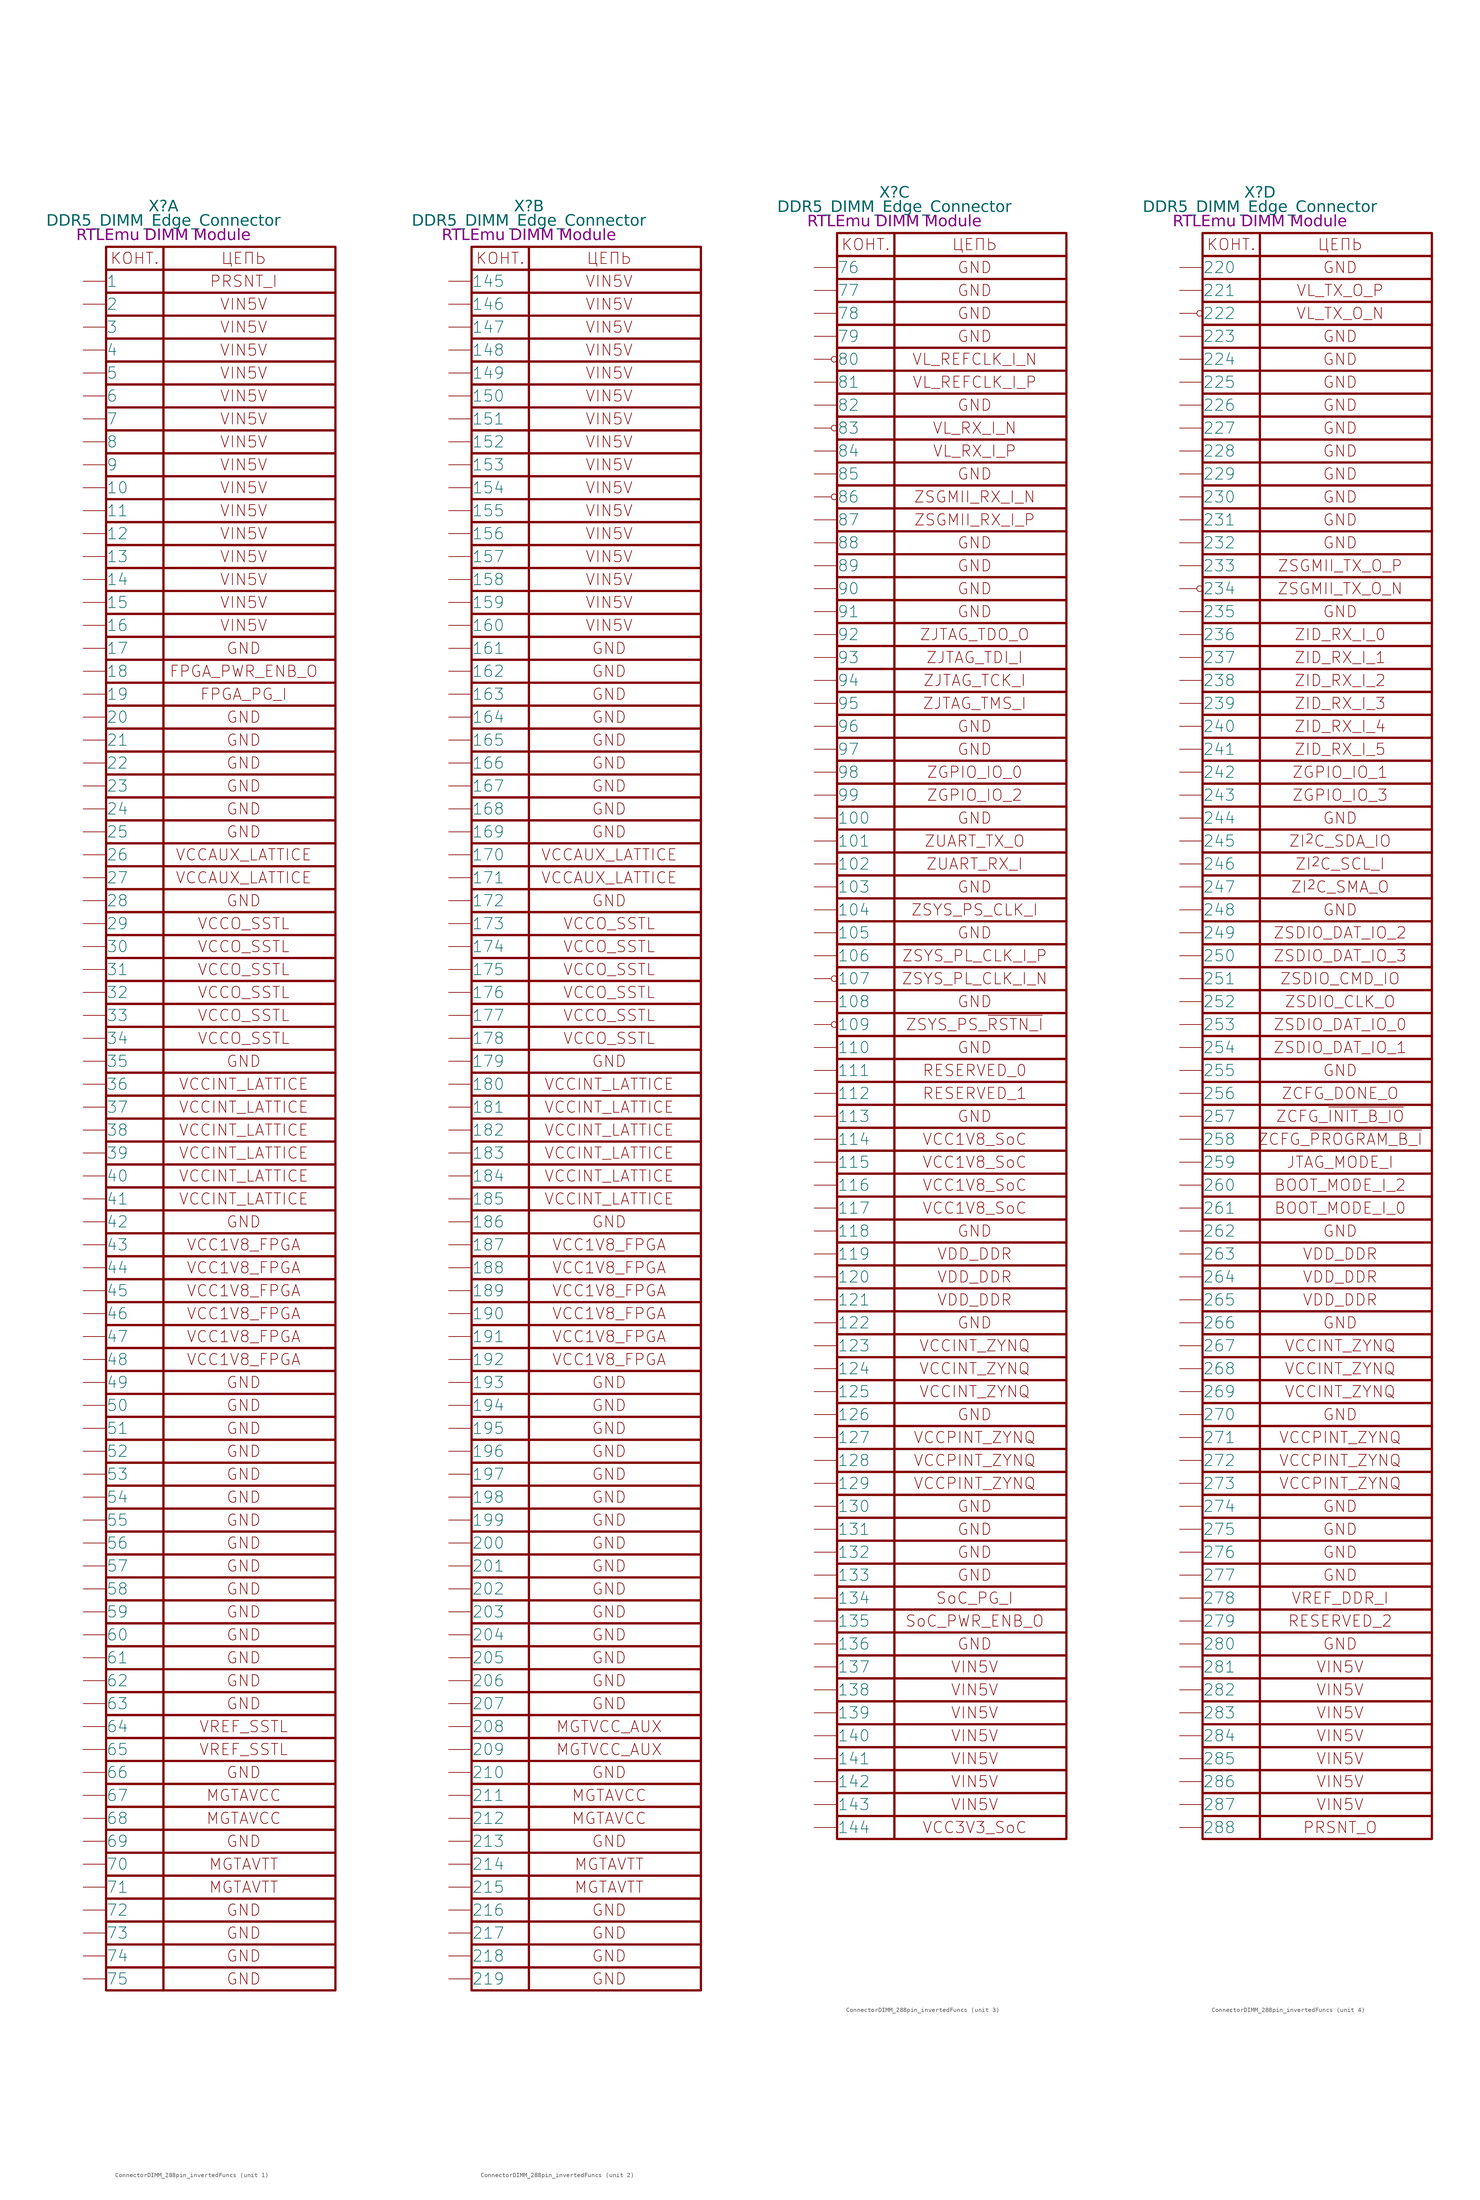
<source format=kicad_sym>
(kicad_symbol_lib
  (version 20241209)
  (generator "kicad_symbol_editor")
  (generator_version "9.0")
  (symbol "ConnectorDIMM_288pin_invertedFuncs"
    (pin_numbers
      (hide yes))
    (pin_names
      (offset 0.025))
    (property "Reference" "X"
      (at 0 191.77 0)
      (effects (font (face "GOST type A") (size 2.5 2.5) (italic yes))))
    (property "Value" "DDR5_DIMM_Edge_Connector"
      (at 0 188.595 0)
      (effects (font (face "GOST type A") (size 2.5 2.5) (italic yes))))
    (property "Name" "RTLEmu DIMM Module"
      (at 0 185.42 0)
      (effects (font (face "GOST type A") (size 2.489 2.489) (italic yes))))
    (property "ki_locked" ""
      (at 0 0 0)
      (effects (font (size 1.27 1.27))))
    (symbol "ConnectorDIMM_288pin_invertedFuncs_0_1"
      (rectangle (start -12.7 182.88) (end 0 177.8) (stroke (width 0.5) (type default)) (fill (type none)))
      (rectangle (start 0 182.88) (end 38.1 177.8) (stroke (width 0.5) (type default)) (fill (type none)))
      (text "КОНТ." (at -6.35 180.34 0) (effects (font (size 2.5 2.5))))
      (text "ЦЕПЬ" (at 17.78 180.34 0) (effects (font (size 2.5 2.5)))))
    (symbol "ConnectorDIMM_288pin_invertedFuncs_1_1"
      (rectangle (start -12.7 177.8) (end 0 172.72) (stroke (width 0.5) (type default)) (fill (type none)))
      (rectangle (start -12.7 172.72) (end 0 167.64) (stroke (width 0.5) (type default)) (fill (type none)))
      (rectangle (start -12.7 167.64) (end 0 162.56) (stroke (width 0.5) (type default)) (fill (type none)))
      (rectangle (start -12.7 162.56) (end 0 157.48) (stroke (width 0.5) (type default)) (fill (type none)))
      (rectangle (start -12.7 157.48) (end 0 152.4) (stroke (width 0.5) (type default)) (fill (type none)))
      (rectangle (start -12.7 152.4) (end 0 147.32) (stroke (width 0.5) (type default)) (fill (type none)))
      (rectangle (start -12.7 147.32) (end 0 142.24) (stroke (width 0.5) (type default)) (fill (type none)))
      (rectangle (start -12.7 142.24) (end 0 137.16) (stroke (width 0.5) (type default)) (fill (type none)))
      (rectangle (start -12.7 137.16) (end 0 132.08) (stroke (width 0.5) (type default)) (fill (type none)))
      (rectangle (start -12.7 132.08) (end 0 127) (stroke (width 0.5) (type default)) (fill (type none)))
      (rectangle (start -12.7 127) (end 0 121.92) (stroke (width 0.5) (type default)) (fill (type none)))
      (rectangle (start -12.7 121.92) (end 0 116.84) (stroke (width 0.5) (type default)) (fill (type none)))
      (rectangle (start -12.7 116.84) (end 0 111.76) (stroke (width 0.5) (type default)) (fill (type none)))
      (rectangle (start -12.7 111.76) (end 0 106.68) (stroke (width 0.5) (type default)) (fill (type none)))
      (rectangle (start -12.7 106.68) (end 0 101.6) (stroke (width 0.5) (type default)) (fill (type none)))
      (rectangle (start -12.7 101.6) (end 0 96.52) (stroke (width 0.5) (type default)) (fill (type none)))
      (rectangle (start -12.7 96.52) (end 0 91.44) (stroke (width 0.5) (type default)) (fill (type none)))
      (rectangle (start -12.7 91.44) (end 0 86.36) (stroke (width 0.5) (type default)) (fill (type none)))
      (rectangle (start -12.7 86.36) (end 0 81.28) (stroke (width 0.5) (type default)) (fill (type none)))
      (rectangle (start -12.7 81.28) (end 0 76.2) (stroke (width 0.5) (type default)) (fill (type none)))
      (rectangle (start -12.7 76.2) (end 0 71.12) (stroke (width 0.5) (type default)) (fill (type none)))
      (rectangle (start -12.7 71.12) (end 0 66.04) (stroke (width 0.5) (type default)) (fill (type none)))
      (rectangle (start -12.7 66.04) (end 0 60.96) (stroke (width 0.5) (type default)) (fill (type none)))
      (rectangle (start -12.7 60.96) (end 0 55.88) (stroke (width 0.5) (type default)) (fill (type none)))
      (rectangle (start -12.7 55.88) (end 0 50.8) (stroke (width 0.5) (type default)) (fill (type none)))
      (rectangle (start -12.7 50.8) (end 0 45.72) (stroke (width 0.5) (type default)) (fill (type none)))
      (rectangle (start -12.7 45.72) (end 0 40.64) (stroke (width 0.5) (type default)) (fill (type none)))
      (rectangle (start -12.7 40.64) (end 0 35.56) (stroke (width 0.5) (type default)) (fill (type none)))
      (rectangle (start -12.7 35.56) (end 0 30.48) (stroke (width 0.5) (type default)) (fill (type none)))
      (rectangle (start -12.7 30.48) (end 0 25.4) (stroke (width 0.5) (type default)) (fill (type none)))
      (rectangle (start -12.7 25.4) (end 0 20.32) (stroke (width 0.5) (type default)) (fill (type none)))
      (rectangle (start -12.7 20.32) (end 0 15.24) (stroke (width 0.5) (type default)) (fill (type none)))
      (rectangle (start -12.7 15.24) (end 0 10.16) (stroke (width 0.5) (type default)) (fill (type none)))
      (rectangle (start -12.7 10.16) (end 0 5.08) (stroke (width 0.5) (type default)) (fill (type none)))
      (rectangle (start -12.7 5.08) (end 0 0) (stroke (width 0.5) (type default)) (fill (type none)))
      (rectangle (start -12.7 0) (end 0 -5.08) (stroke (width 0.5) (type default)) (fill (type none)))
      (rectangle (start -12.7 -5.08) (end 0 -10.16) (stroke (width 0.5) (type default)) (fill (type none)))
      (rectangle (start -12.7 -10.16) (end 0 -15.24) (stroke (width 0.5) (type default)) (fill (type none)))
      (rectangle (start -12.7 -15.24) (end 0 -20.32) (stroke (width 0.5) (type default)) (fill (type none)))
      (rectangle (start -12.7 -20.32) (end 0 -25.4) (stroke (width 0.5) (type default)) (fill (type none)))
      (rectangle (start -12.7 -25.4) (end 0 -30.48) (stroke (width 0.5) (type default)) (fill (type none)))
      (rectangle (start -12.7 -30.48) (end 0 -35.56) (stroke (width 0.5) (type default)) (fill (type none)))
      (rectangle (start -12.7 -35.56) (end 0 -40.64) (stroke (width 0.5) (type default)) (fill (type none)))
      (rectangle (start -12.7 -40.64) (end 0 -45.72) (stroke (width 0.5) (type default)) (fill (type none)))
      (rectangle (start -12.7 -45.72) (end 0 -50.8) (stroke (width 0.5) (type default)) (fill (type none)))
      (rectangle (start -12.7 -50.8) (end 0 -55.88) (stroke (width 0.5) (type default)) (fill (type none)))
      (rectangle (start -12.7 -55.88) (end 0 -60.96) (stroke (width 0.5) (type default)) (fill (type none)))
      (rectangle (start -12.7 -60.96) (end 0 -66.04) (stroke (width 0.5) (type default)) (fill (type none)))
      (rectangle (start -12.7 -66.04) (end 0 -71.12) (stroke (width 0.5) (type default)) (fill (type none)))
      (rectangle (start -12.7 -71.12) (end 0 -76.2) (stroke (width 0.5) (type default)) (fill (type none)))
      (rectangle (start -12.7 -76.2) (end 0 -81.28) (stroke (width 0.5) (type default)) (fill (type none)))
      (rectangle (start -12.7 -81.28) (end 0 -86.36) (stroke (width 0.5) (type default)) (fill (type none)))
      (rectangle (start -12.7 -86.36) (end 0 -91.44) (stroke (width 0.5) (type default)) (fill (type none)))
      (rectangle (start -12.7 -91.44) (end 0 -96.52) (stroke (width 0.5) (type default)) (fill (type none)))
      (rectangle (start -12.7 -96.52) (end 0 -101.6) (stroke (width 0.5) (type default)) (fill (type none)))
      (rectangle (start -12.7 -101.6) (end 0 -106.68) (stroke (width 0.5) (type default)) (fill (type none)))
      (rectangle (start -12.7 -106.68) (end 0 -111.76) (stroke (width 0.5) (type default)) (fill (type none)))
      (rectangle (start -12.7 -111.76) (end 0 -116.84) (stroke (width 0.5) (type default)) (fill (type none)))
      (rectangle (start -12.7 -116.84) (end 0 -121.92) (stroke (width 0.5) (type default)) (fill (type none)))
      (rectangle (start -12.7 -121.92) (end 0 -127) (stroke (width 0.5) (type default)) (fill (type none)))
      (rectangle (start -12.7 -127) (end 0 -132.08) (stroke (width 0.5) (type default)) (fill (type none)))
      (rectangle (start -12.7 -132.08) (end 0 -137.16) (stroke (width 0.5) (type default)) (fill (type none)))
      (rectangle (start -12.7 -137.16) (end 0 -142.24) (stroke (width 0.5) (type default)) (fill (type none)))
      (rectangle (start -12.7 -142.24) (end 0 -147.32) (stroke (width 0.5) (type default)) (fill (type none)))
      (rectangle (start -12.7 -147.32) (end 0 -152.4) (stroke (width 0.5) (type default)) (fill (type none)))
      (rectangle (start -12.7 -152.4) (end 0 -157.48) (stroke (width 0.5) (type default)) (fill (type none)))
      (rectangle (start -12.7 -157.48) (end 0 -162.56) (stroke (width 0.5) (type default)) (fill (type none)))
      (rectangle (start -12.7 -162.56) (end 0 -167.64) (stroke (width 0.5) (type default)) (fill (type none)))
      (rectangle (start -12.7 -167.64) (end 0 -172.72) (stroke (width 0.5) (type default)) (fill (type none)))
      (rectangle (start -12.7 -172.72) (end 0 -177.8) (stroke (width 0.5) (type default)) (fill (type none)))
      (rectangle (start -12.7 -177.8) (end 0 -182.88) (stroke (width 0.5) (type default)) (fill (type none)))
      (rectangle (start -12.7 -182.88) (end 0 -187.96) (stroke (width 0.5) (type default)) (fill (type none)))
      (rectangle (start -12.7 -187.96) (end 0 -193.04) (stroke (width 0.5) (type default)) (fill (type none)))
      (rectangle (start -12.7 -193.04) (end 0 -198.12) (stroke (width 0.5) (type default)) (fill (type none)))
      (rectangle (start -12.7 -198.12) (end 0 -203.2) (stroke (width 0.5) (type default)) (fill (type none)))
      (rectangle (start 0 177.8) (end 38.1 172.72) (stroke (width 0.5) (type default)) (fill (type none)))
      (rectangle (start 0 172.72) (end 38.1 167.64) (stroke (width 0.5) (type default)) (fill (type none)))
      (rectangle (start 0 167.64) (end 38.1 162.56) (stroke (width 0.5) (type default)) (fill (type none)))
      (rectangle (start 0 162.56) (end 38.1 157.48) (stroke (width 0.5) (type default)) (fill (type none)))
      (rectangle (start 0 157.48) (end 38.1 152.4) (stroke (width 0.5) (type default)) (fill (type none)))
      (rectangle (start 0 152.4) (end 38.1 147.32) (stroke (width 0.5) (type default)) (fill (type none)))
      (rectangle (start 0 147.32) (end 38.1 142.24) (stroke (width 0.5) (type default)) (fill (type none)))
      (rectangle (start 0 142.24) (end 38.1 137.16) (stroke (width 0.5) (type default)) (fill (type none)))
      (rectangle (start 0 137.16) (end 38.1 132.08) (stroke (width 0.5) (type default)) (fill (type none)))
      (rectangle (start 0 132.08) (end 38.1 127) (stroke (width 0.5) (type default)) (fill (type none)))
      (rectangle (start 0 127) (end 38.1 121.92) (stroke (width 0.5) (type default)) (fill (type none)))
      (rectangle (start 0 121.92) (end 38.1 116.84) (stroke (width 0.5) (type default)) (fill (type none)))
      (rectangle (start 0 116.84) (end 38.1 111.76) (stroke (width 0.5) (type default)) (fill (type none)))
      (rectangle (start 0 111.76) (end 38.1 106.68) (stroke (width 0.5) (type default)) (fill (type none)))
      (rectangle (start 0 106.68) (end 38.1 101.6) (stroke (width 0.5) (type default)) (fill (type none)))
      (rectangle (start 0 101.6) (end 38.1 96.52) (stroke (width 0.5) (type default)) (fill (type none)))
      (rectangle (start 0 96.52) (end 38.1 91.44) (stroke (width 0.5) (type default)) (fill (type none)))
      (rectangle (start 0 91.44) (end 38.1 86.36) (stroke (width 0.5) (type default)) (fill (type none)))
      (rectangle (start 0 86.36) (end 38.1 81.28) (stroke (width 0.5) (type default)) (fill (type none)))
      (rectangle (start 0 81.28) (end 38.1 76.2) (stroke (width 0.5) (type default)) (fill (type none)))
      (rectangle (start 0 76.2) (end 38.1 71.12) (stroke (width 0.5) (type default)) (fill (type none)))
      (rectangle (start 0 71.12) (end 38.1 66.04) (stroke (width 0.5) (type default)) (fill (type none)))
      (rectangle (start 0 66.04) (end 38.1 60.96) (stroke (width 0.5) (type default)) (fill (type none)))
      (rectangle (start 0 60.96) (end 38.1 55.88) (stroke (width 0.5) (type default)) (fill (type none)))
      (rectangle (start 0 55.88) (end 38.1 50.8) (stroke (width 0.5) (type default)) (fill (type none)))
      (rectangle (start 0 50.8) (end 38.1 45.72) (stroke (width 0.5) (type default)) (fill (type none)))
      (rectangle (start 0 45.72) (end 38.1 40.64) (stroke (width 0.5) (type default)) (fill (type none)))
      (rectangle (start 0 40.64) (end 38.1 35.56) (stroke (width 0.5) (type default)) (fill (type none)))
      (rectangle (start 0 35.56) (end 38.1 30.48) (stroke (width 0.5) (type default)) (fill (type none)))
      (rectangle (start 0 30.48) (end 38.1 25.4) (stroke (width 0.5) (type default)) (fill (type none)))
      (rectangle (start 0 25.4) (end 38.1 20.32) (stroke (width 0.5) (type default)) (fill (type none)))
      (rectangle (start 0 20.32) (end 38.1 15.24) (stroke (width 0.5) (type default)) (fill (type none)))
      (rectangle (start 0 15.24) (end 38.1 10.16) (stroke (width 0.5) (type default)) (fill (type none)))
      (rectangle (start 0 10.16) (end 38.1 5.08) (stroke (width 0.5) (type default)) (fill (type none)))
      (rectangle (start 0 5.08) (end 38.1 0) (stroke (width 0.5) (type default)) (fill (type none)))
      (rectangle (start 0 0) (end 38.1 -5.08) (stroke (width 0.5) (type default)) (fill (type none)))
      (rectangle (start 0 -5.08) (end 38.1 -10.16) (stroke (width 0.5) (type default)) (fill (type none)))
      (rectangle (start 0 -10.16) (end 38.1 -15.24) (stroke (width 0.5) (type default)) (fill (type none)))
      (rectangle (start 0 -15.24) (end 38.1 -20.32) (stroke (width 0.5) (type default)) (fill (type none)))
      (rectangle (start 0 -20.32) (end 38.1 -25.4) (stroke (width 0.5) (type default)) (fill (type none)))
      (rectangle (start 0 -25.4) (end 38.1 -30.48) (stroke (width 0.5) (type default)) (fill (type none)))
      (rectangle (start 0 -30.48) (end 38.1 -35.56) (stroke (width 0.5) (type default)) (fill (type none)))
      (rectangle (start 0 -35.56) (end 38.1 -40.64) (stroke (width 0.5) (type default)) (fill (type none)))
      (rectangle (start 0 -40.64) (end 38.1 -45.72) (stroke (width 0.5) (type default)) (fill (type none)))
      (rectangle (start 0 -45.72) (end 38.1 -50.8) (stroke (width 0.5) (type default)) (fill (type none)))
      (rectangle (start 0 -50.8) (end 38.1 -55.88) (stroke (width 0.5) (type default)) (fill (type none)))
      (rectangle (start 0 -55.88) (end 38.1 -60.96) (stroke (width 0.5) (type default)) (fill (type none)))
      (rectangle (start 0 -60.96) (end 38.1 -66.04) (stroke (width 0.5) (type default)) (fill (type none)))
      (rectangle (start 0 -66.04) (end 38.1 -71.12) (stroke (width 0.5) (type default)) (fill (type none)))
      (rectangle (start 0 -71.12) (end 38.1 -76.2) (stroke (width 0.5) (type default)) (fill (type none)))
      (rectangle (start 0 -76.2) (end 38.1 -81.28) (stroke (width 0.5) (type default)) (fill (type none)))
      (rectangle (start 0 -81.28) (end 38.1 -86.36) (stroke (width 0.5) (type default)) (fill (type none)))
      (rectangle (start 0 -86.36) (end 38.1 -91.44) (stroke (width 0.5) (type default)) (fill (type none)))
      (rectangle (start 0 -91.44) (end 38.1 -96.52) (stroke (width 0.5) (type default)) (fill (type none)))
      (rectangle (start 0 -96.52) (end 38.1 -101.6) (stroke (width 0.5) (type default)) (fill (type none)))
      (rectangle (start 0 -101.6) (end 38.1 -106.68) (stroke (width 0.5) (type default)) (fill (type none)))
      (rectangle (start 0 -106.68) (end 38.1 -111.76) (stroke (width 0.5) (type default)) (fill (type none)))
      (rectangle (start 0 -111.76) (end 38.1 -116.84) (stroke (width 0.5) (type default)) (fill (type none)))
      (rectangle (start 0 -116.84) (end 38.1 -121.92) (stroke (width 0.5) (type default)) (fill (type none)))
      (rectangle (start 0 -121.92) (end 38.1 -127) (stroke (width 0.5) (type default)) (fill (type none)))
      (rectangle (start 0 -127) (end 38.1 -132.08) (stroke (width 0.5) (type default)) (fill (type none)))
      (rectangle (start 0 -132.08) (end 38.1 -137.16) (stroke (width 0.5) (type default)) (fill (type none)))
      (rectangle (start 0 -137.16) (end 38.1 -142.24) (stroke (width 0.5) (type default)) (fill (type none)))
      (rectangle (start 0 -142.24) (end 38.1 -147.32) (stroke (width 0.5) (type default)) (fill (type none)))
      (rectangle (start 0 -147.32) (end 38.1 -152.4) (stroke (width 0.5) (type default)) (fill (type none)))
      (rectangle (start 0 -152.4) (end 38.1 -157.48) (stroke (width 0.5) (type default)) (fill (type none)))
      (rectangle (start 0 -157.48) (end 38.1 -162.56) (stroke (width 0.5) (type default)) (fill (type none)))
      (rectangle (start 0 -162.56) (end 38.1 -167.64) (stroke (width 0.5) (type default)) (fill (type none)))
      (rectangle (start 0 -167.64) (end 38.1 -172.72) (stroke (width 0.5) (type default)) (fill (type none)))
      (rectangle (start 0 -172.72) (end 38.1 -177.8) (stroke (width 0.5) (type default)) (fill (type none)))
      (rectangle (start 0 -177.8) (end 38.1 -182.88) (stroke (width 0.5) (type default)) (fill (type none)))
      (rectangle (start 0 -182.88) (end 38.1 -187.96) (stroke (width 0.5) (type default)) (fill (type none)))
      (rectangle (start 0 -187.96) (end 38.1 -193.04) (stroke (width 0.5) (type default)) (fill (type none)))
      (rectangle (start 0 -193.04) (end 38.1 -198.12) (stroke (width 0.5) (type default)) (fill (type none)))
      (rectangle (start 0 -198.12) (end 38.1 -203.2) (stroke (width 0.5) (type default)) (fill (type none)))
      (text "PRSNT_I" (at 17.78 175.26 0) (effects (font (size 2.5 2.5))))
      (text "VIN5V" (at 17.78 170.18 0) (effects (font (size 2.5 2.5))))
      (text "VIN5V" (at 17.78 165.1 0) (effects (font (size 2.5 2.5))))
      (text "VIN5V" (at 17.78 160.02 0) (effects (font (size 2.5 2.5))))
      (text "VIN5V" (at 17.78 154.94 0) (effects (font (size 2.5 2.5))))
      (text "VIN5V" (at 17.78 149.86 0) (effects (font (size 2.5 2.5))))
      (text "VIN5V" (at 17.78 144.78 0) (effects (font (size 2.5 2.5))))
      (text "VIN5V" (at 17.78 139.7 0) (effects (font (size 2.5 2.5))))
      (text "VIN5V" (at 17.78 134.62 0) (effects (font (size 2.5 2.5))))
      (text "VIN5V" (at 17.78 129.54 0) (effects (font (size 2.5 2.5))))
      (text "VIN5V" (at 17.78 124.46 0) (effects (font (size 2.5 2.5))))
      (text "VIN5V" (at 17.78 119.38 0) (effects (font (size 2.5 2.5))))
      (text "VIN5V" (at 17.78 114.3 0) (effects (font (size 2.5 2.5))))
      (text "VIN5V" (at 17.78 109.22 0) (effects (font (size 2.5 2.5))))
      (text "VIN5V" (at 17.78 104.14 0) (effects (font (size 2.5 2.5))))
      (text "VIN5V" (at 17.78 99.06 0) (effects (font (size 2.5 2.5))))
      (text "GND" (at 17.78 93.98 0) (effects (font (size 2.5 2.5))))
      (text "FPGA_PWR_ENB_O" (at 17.78 88.9 0) (effects (font (size 2.5 2.5))))
      (text "FPGA_PG_I" (at 17.78 83.82 0) (effects (font (size 2.5 2.5))))
      (text "GND" (at 17.78 78.74 0) (effects (font (size 2.5 2.5))))
      (text "GND" (at 17.78 73.66 0) (effects (font (size 2.5 2.5))))
      (text "GND" (at 17.78 68.58 0) (effects (font (size 2.5 2.5))))
      (text "GND" (at 17.78 63.5 0) (effects (font (size 2.5 2.5))))
      (text "GND" (at 17.78 58.42 0) (effects (font (size 2.5 2.5))))
      (text "GND" (at 17.78 53.34 0) (effects (font (size 2.5 2.5))))
      (text "VCCAUX_LATTICE" (at 17.78 48.26 0) (effects (font (size 2.5 2.5))))
      (text "VCCAUX_LATTICE" (at 17.78 43.18 0) (effects (font (size 2.5 2.5))))
      (text "GND" (at 17.78 38.1 0) (effects (font (size 2.5 2.5))))
      (text "VCCO_SSTL" (at 17.78 33.02 0) (effects (font (size 2.5 2.5))))
      (text "VCCO_SSTL" (at 17.78 27.94 0) (effects (font (size 2.5 2.5))))
      (text "VCCO_SSTL" (at 17.78 22.86 0) (effects (font (size 2.5 2.5))))
      (text "VCCO_SSTL" (at 17.78 17.78 0) (effects (font (size 2.5 2.5))))
      (text "VCCO_SSTL" (at 17.78 12.7 0) (effects (font (size 2.5 2.5))))
      (text "VCCO_SSTL" (at 17.78 7.62 0) (effects (font (size 2.5 2.5))))
      (text "GND" (at 17.78 2.54 0) (effects (font (size 2.5 2.5))))
      (text "VCCINT_LATTICE" (at 17.78 -2.54 0) (effects (font (size 2.5 2.5))))
      (text "VCCINT_LATTICE" (at 17.78 -7.62 0) (effects (font (size 2.5 2.5))))
      (text "VCCINT_LATTICE" (at 17.78 -12.7 0) (effects (font (size 2.5 2.5))))
      (text "VCCINT_LATTICE" (at 17.78 -17.78 0) (effects (font (size 2.5 2.5))))
      (text "VCCINT_LATTICE\n" (at 17.78 -22.86 0) (effects (font (size 2.5 2.5))))
      (text "VCCINT_LATTICE" (at 17.78 -27.94 0) (effects (font (size 2.5 2.5))))
      (text "GND" (at 17.78 -33.02 0) (effects (font (size 2.5 2.5))))
      (text "VCC1V8_FPGA" (at 17.78 -38.1 0) (effects (font (size 2.5 2.5))))
      (text "VCC1V8_FPGA" (at 17.78 -43.18 0) (effects (font (size 2.5 2.5))))
      (text "VCC1V8_FPGA" (at 17.78 -48.26 0) (effects (font (size 2.5 2.5))))
      (text "VCC1V8_FPGA" (at 17.78 -53.34 0) (effects (font (size 2.5 2.5))))
      (text "VCC1V8_FPGA" (at 17.78 -58.42 0) (effects (font (size 2.5 2.5))))
      (text "VCC1V8_FPGA" (at 17.78 -63.5 0) (effects (font (size 2.5 2.5))))
      (text "GND" (at 17.78 -68.58 0) (effects (font (size 2.5 2.5))))
      (text "GND" (at 17.78 -73.66 0) (effects (font (size 2.5 2.5))))
      (text "GND" (at 17.78 -78.74 0) (effects (font (size 2.5 2.5))))
      (text "GND" (at 17.78 -83.82 0) (effects (font (size 2.5 2.5))))
      (text "GND" (at 17.78 -88.9 0) (effects (font (size 2.5 2.5))))
      (text "GND" (at 17.78 -93.98 0) (effects (font (size 2.5 2.5))))
      (text "GND" (at 17.78 -99.06 0) (effects (font (size 2.5 2.5))))
      (text "GND" (at 17.78 -104.14 0) (effects (font (size 2.5 2.5))))
      (text "GND" (at 17.78 -109.22 0) (effects (font (size 2.5 2.5))))
      (text "GND" (at 17.78 -114.3 0) (effects (font (size 2.5 2.5))))
      (text "GND" (at 17.78 -119.38 0) (effects (font (size 2.5 2.5))))
      (text "GND" (at 17.78 -124.46 0) (effects (font (size 2.5 2.5))))
      (text "GND" (at 17.78 -129.54 0) (effects (font (size 2.5 2.5))))
      (text "GND" (at 17.78 -134.62 0) (effects (font (size 2.5 2.5))))
      (text "GND" (at 17.78 -139.7 0) (effects (font (size 2.5 2.5))))
      (text "VREF_SSTL" (at 17.78 -144.78 0) (effects (font (size 2.5 2.5))))
      (text "VREF_SSTL" (at 17.78 -149.86 0) (effects (font (size 2.5 2.5))))
      (text "GND" (at 17.78 -154.94 0) (effects (font (size 2.5 2.5))))
      (text "MGTAVCC" (at 17.78 -160.02 0) (effects (font (size 2.5 2.5))))
      (text "MGTAVCC" (at 17.78 -165.1 0) (effects (font (size 2.5 2.5))))
      (text "GND" (at 17.78 -170.18 0) (effects (font (size 2.5 2.5))))
      (text "MGTAVTT" (at 17.78 -175.26 0) (effects (font (size 2.5 2.5))))
      (text "MGTAVTT" (at 17.78 -180.34 0) (effects (font (size 2.5 2.5))))
      (text "GND" (at 17.78 -185.42 0) (effects (font (size 2.5 2.5))))
      (text "GND" (at 17.78 -190.5 0) (effects (font (size 2.5 2.5))))
      (text "GND" (at 17.78 -195.58 0) (effects (font (size 2.5 2.5))))
      (text "GND" (at 17.78 -200.66 0) (effects (font (size 2.5 2.5))))
      (pin input line (at -17.78 175.26 0) (length 5.08) (name "1" (effects (font (size 2.5 2.5)))) (number "1" (effects (font (size 2.5 2.5)))))
      (pin power_in line (at -17.78 170.18 0) (length 5.08) (name "2" (effects (font (size 2.5 2.5)))) (number "2" (effects (font (size 2.5 2.5)))))
      (pin power_in line (at -17.78 165.1 0) (length 5.08) (name "3" (effects (font (size 2.5 2.5)))) (number "3" (effects (font (size 2.5 2.5)))))
      (pin power_in line (at -17.78 160.02 0) (length 5.08) (name "4" (effects (font (size 2.5 2.5)))) (number "4" (effects (font (size 2.5 2.5)))))
      (pin power_in line (at -17.78 154.94 0) (length 5.08) (name "5" (effects (font (size 2.5 2.5)))) (number "5" (effects (font (size 2.5 2.5)))))
      (pin power_in line (at -17.78 149.86 0) (length 5.08) (name "6" (effects (font (size 2.5 2.5)))) (number "6" (effects (font (size 2.5 2.5)))))
      (pin power_in line (at -17.78 144.78 0) (length 5.08) (name "7" (effects (font (size 2.5 2.5)))) (number "7" (effects (font (size 2.5 2.5)))))
      (pin power_in line (at -17.78 139.7 0) (length 5.08) (name "8" (effects (font (size 2.5 2.5)))) (number "8" (effects (font (size 2.5 2.5)))))
      (pin power_in line (at -17.78 134.62 0) (length 5.08) (name "9" (effects (font (size 2.5 2.5)))) (number "9" (effects (font (size 2.5 2.5)))))
      (pin power_in line (at -17.78 129.54 0) (length 5.08) (name "10" (effects (font (size 2.5 2.5)))) (number "10" (effects (font (size 2.5 2.5)))))
      (pin power_in line (at -17.78 124.46 0) (length 5.08) (name "11" (effects (font (size 2.5 2.5)))) (number "11" (effects (font (size 2.5 2.5)))))
      (pin power_in line (at -17.78 119.38 0) (length 5.08) (name "12" (effects (font (size 2.5 2.5)))) (number "12" (effects (font (size 2.5 2.5)))))
      (pin power_in line (at -17.78 114.3 0) (length 5.08) (name "13" (effects (font (size 2.5 2.5)))) (number "13" (effects (font (size 2.5 2.5)))))
      (pin power_in line (at -17.78 109.22 0) (length 5.08) (name "14" (effects (font (size 2.5 2.5)))) (number "14" (effects (font (size 2.5 2.5)))))
      (pin power_in line (at -17.78 104.14 0) (length 5.08) (name "15" (effects (font (size 2.5 2.5)))) (number "15" (effects (font (size 2.5 2.5)))))
      (pin power_in line (at -17.78 99.06 0) (length 5.08) (name "16" (effects (font (size 2.5 2.5)))) (number "16" (effects (font (size 2.5 2.5)))))
      (pin power_in line (at -17.78 93.98 0) (length 5.08) (name "17" (effects (font (size 2.5 2.5)))) (number "17" (effects (font (size 2.5 2.5)))))
      (pin input line (at -17.78 88.9 0) (length 5.08) (name "18" (effects (font (size 2.5 2.5)))) (number "18" (effects (font (size 2.5 2.5)))))
      (pin output line (at -17.78 83.82 0) (length 5.08) (name "19" (effects (font (size 2.5 2.5)))) (number "19" (effects (font (size 2.5 2.5)))))
      (pin power_in line (at -17.78 78.74 0) (length 5.08) (name "20" (effects (font (size 2.5 2.5)))) (number "20" (effects (font (size 2.5 2.5)))))
      (pin power_in line (at -17.78 73.66 0) (length 5.08) (name "21" (effects (font (size 2.5 2.5)))) (number "21" (effects (font (size 2.5 2.5)))))
      (pin power_in line (at -17.78 68.58 0) (length 5.08) (name "22" (effects (font (size 2.5 2.5)))) (number "22" (effects (font (size 2.5 2.5)))))
      (pin power_in line (at -17.78 63.5 0) (length 5.08) (name "23" (effects (font (size 2.5 2.5)))) (number "23" (effects (font (size 2.5 2.5)))))
      (pin power_in line (at -17.78 58.42 0) (length 5.08) (name "24" (effects (font (size 2.5 2.5)))) (number "24" (effects (font (size 2.5 2.5)))))
      (pin power_in line (at -17.78 53.34 0) (length 5.08) (name "25" (effects (font (size 2.5 2.5)))) (number "25" (effects (font (size 2.5 2.5)))))
      (pin power_in line (at -17.78 48.26 0) (length 5.08) (name "26" (effects (font (size 2.5 2.5)))) (number "26" (effects (font (size 2.5 2.5)))))
      (pin power_in line (at -17.78 43.18 0) (length 5.08) (name "27" (effects (font (size 2.5 2.5)))) (number "27" (effects (font (size 2.5 2.5)))))
      (pin power_in line (at -17.78 38.1 0) (length 5.08) (name "28" (effects (font (size 2.5 2.5)))) (number "28" (effects (font (size 2.5 2.5)))))
      (pin power_in line (at -17.78 33.02 0) (length 5.08) (name "29" (effects (font (size 2.5 2.5)))) (number "29" (effects (font (size 2.5 2.5)))))
      (pin power_in line (at -17.78 27.94 0) (length 5.08) (name "30" (effects (font (size 2.5 2.5)))) (number "30" (effects (font (size 2.5 2.5)))))
      (pin power_in line (at -17.78 22.86 0) (length 5.08) (name "31" (effects (font (size 2.5 2.5)))) (number "31" (effects (font (size 2.5 2.5)))))
      (pin power_in line (at -17.78 17.78 0) (length 5.08) (name "32" (effects (font (size 2.5 2.5)))) (number "32" (effects (font (size 2.5 2.5)))))
      (pin power_in line (at -17.78 12.7 0) (length 5.08) (name "33" (effects (font (size 2.5 2.5)))) (number "33" (effects (font (size 2.5 2.5)))))
      (pin power_in line (at -17.78 7.62 0) (length 5.08) (name "34" (effects (font (size 2.5 2.5)))) (number "34" (effects (font (size 2.5 2.5)))))
      (pin power_in line (at -17.78 2.54 0) (length 5.08) (name "35" (effects (font (size 2.5 2.5)))) (number "35" (effects (font (size 2.5 2.5)))))
      (pin power_in line (at -17.78 -2.54 0) (length 5.08) (name "36" (effects (font (size 2.5 2.5)))) (number "36" (effects (font (size 2.5 2.5)))))
      (pin power_in line (at -17.78 -7.62 0) (length 5.08) (name "37" (effects (font (size 2.5 2.5)))) (number "37" (effects (font (size 2.5 2.5)))))
      (pin power_in line (at -17.78 -12.7 0) (length 5.08) (name "38" (effects (font (size 2.5 2.5)))) (number "38" (effects (font (size 2.5 2.5)))))
      (pin power_in line (at -17.78 -17.78 0) (length 5.08) (name "39" (effects (font (size 2.5 2.5)))) (number "39" (effects (font (size 2.5 2.5)))))
      (pin power_in line (at -17.78 -22.86 0) (length 5.08) (name "40" (effects (font (size 2.5 2.5)))) (number "40" (effects (font (size 2.5 2.5)))))
      (pin power_in line (at -17.78 -27.94 0) (length 5.08) (name "41" (effects (font (size 2.5 2.5)))) (number "41" (effects (font (size 2.5 2.5)))))
      (pin power_in line (at -17.78 -33.02 0) (length 5.08) (name "42" (effects (font (size 2.5 2.5)))) (number "42" (effects (font (size 2.5 2.5)))))
      (pin power_in line (at -17.78 -38.1 0) (length 5.08) (name "43" (effects (font (size 2.5 2.5)))) (number "43" (effects (font (size 2.5 2.5)))))
      (pin power_in line (at -17.78 -43.18 0) (length 5.08) (name "44" (effects (font (size 2.5 2.5)))) (number "44" (effects (font (size 2.5 2.5)))))
      (pin power_in line (at -17.78 -48.26 0) (length 5.08) (name "45" (effects (font (size 2.5 2.5)))) (number "45" (effects (font (size 2.5 2.5)))))
      (pin power_in line (at -17.78 -53.34 0) (length 5.08) (name "46" (effects (font (size 2.5 2.5)))) (number "46" (effects (font (size 2.5 2.5)))))
      (pin power_in line (at -17.78 -58.42 0) (length 5.08) (name "47" (effects (font (size 2.5 2.5)))) (number "47" (effects (font (size 2.5 2.5)))))
      (pin power_in line (at -17.78 -63.5 0) (length 5.08) (name "48" (effects (font (size 2.5 2.5)))) (number "48" (effects (font (size 2.5 2.5)))))
      (pin power_in line (at -17.78 -68.58 0) (length 5.08) (name "49" (effects (font (size 2.5 2.5)))) (number "49" (effects (font (size 2.5 2.5)))))
      (pin power_in line (at -17.78 -73.66 0) (length 5.08) (name "50" (effects (font (size 2.5 2.5)))) (number "50" (effects (font (size 2.5 2.5)))))
      (pin power_in line (at -17.78 -78.74 0) (length 5.08) (name "51" (effects (font (size 2.5 2.5)))) (number "51" (effects (font (size 2.5 2.5)))))
      (pin power_in line (at -17.78 -83.82 0) (length 5.08) (name "52" (effects (font (size 2.5 2.5)))) (number "52" (effects (font (size 2.5 2.5)))))
      (pin power_in line (at -17.78 -88.9 0) (length 5.08) (name "53" (effects (font (size 2.5 2.5)))) (number "53" (effects (font (size 2.5 2.5)))))
      (pin power_in line (at -17.78 -93.98 0) (length 5.08) (name "54" (effects (font (size 2.5 2.5)))) (number "54" (effects (font (size 2.5 2.5)))))
      (pin power_in line (at -17.78 -99.06 0) (length 5.08) (name "55" (effects (font (size 2.5 2.5)))) (number "55" (effects (font (size 2.5 2.5)))))
      (pin power_in line (at -17.78 -104.14 0) (length 5.08) (name "56" (effects (font (size 2.5 2.5)))) (number "56" (effects (font (size 2.5 2.5)))))
      (pin power_in line (at -17.78 -109.22 0) (length 5.08) (name "57" (effects (font (size 2.5 2.5)))) (number "57" (effects (font (size 2.5 2.5)))))
      (pin power_in line (at -17.78 -114.3 0) (length 5.08) (name "58" (effects (font (size 2.5 2.5)))) (number "58" (effects (font (size 2.5 2.5)))))
      (pin power_in line (at -17.78 -119.38 0) (length 5.08) (name "59" (effects (font (size 2.5 2.5)))) (number "59" (effects (font (size 2.5 2.5)))))
      (pin power_in line (at -17.78 -124.46 0) (length 5.08) (name "60" (effects (font (size 2.5 2.5)))) (number "60" (effects (font (size 2.5 2.5)))))
      (pin power_in line (at -17.78 -129.54 0) (length 5.08) (name "61" (effects (font (size 2.5 2.5)))) (number "61" (effects (font (size 2.5 2.5)))))
      (pin power_in line (at -17.78 -134.62 0) (length 5.08) (name "62" (effects (font (size 2.5 2.5)))) (number "62" (effects (font (size 2.5 2.5)))))
      (pin power_in line (at -17.78 -139.7 0) (length 5.08) (name "63" (effects (font (size 2.5 2.5)))) (number "63" (effects (font (size 2.5 2.5)))))
      (pin power_in line (at -17.78 -144.78 0) (length 5.08) (name "64" (effects (font (size 2.5 2.5)))) (number "64" (effects (font (size 2.5 2.5)))))
      (pin power_in line (at -17.78 -149.86 0) (length 5.08) (name "65" (effects (font (size 2.5 2.5)))) (number "65" (effects (font (size 2.5 2.5)))))
      (pin power_in line (at -17.78 -154.94 0) (length 5.08) (name "66" (effects (font (size 2.5 2.5)))) (number "66" (effects (font (size 2.5 2.5)))))
      (pin power_in line (at -17.78 -160.02 0) (length 5.08) (name "67" (effects (font (size 2.5 2.5)))) (number "67" (effects (font (size 2.5 2.5)))))
      (pin power_in line (at -17.78 -165.1 0) (length 5.08) (name "68" (effects (font (size 2.5 2.5)))) (number "68" (effects (font (size 2.5 2.5)))))
      (pin power_in line (at -17.78 -170.18 0) (length 5.08) (name "69" (effects (font (size 2.5 2.5)))) (number "69" (effects (font (size 2.5 2.5)))))
      (pin power_in line (at -17.78 -175.26 0) (length 5.08) (name "70" (effects (font (size 2.5 2.5)))) (number "70" (effects (font (size 2.5 2.5)))))
      (pin power_in line (at -17.78 -180.34 0) (length 5.08) (name "71" (effects (font (size 2.5 2.5)))) (number "71" (effects (font (size 2.5 2.5)))))
      (pin power_in line (at -17.78 -185.42 0) (length 5.08) (name "72" (effects (font (size 2.5 2.5)))) (number "72" (effects (font (size 2.5 2.5)))))
      (pin power_in line (at -17.78 -190.5 0) (length 5.08) (name "73" (effects (font (size 2.5 2.5)))) (number "73" (effects (font (size 2.5 2.5)))))
      (pin power_in line (at -17.78 -195.58 0) (length 5.08) (name "74" (effects (font (size 2.5 2.5)))) (number "74" (effects (font (size 2.5 2.5)))))
      (pin power_in line (at -17.78 -200.66 0) (length 5.08) (name "75" (effects (font (size 2.5 2.5)))) (number "75" (effects (font (size 2.5 2.5))))))
    (symbol "ConnectorDIMM_288pin_invertedFuncs_2_1"
      (rectangle (start -12.7 177.8) (end 0 172.72) (stroke (width 0.5) (type default)) (fill (type none)))
      (rectangle (start -12.7 172.72) (end 0 167.64) (stroke (width 0.5) (type default)) (fill (type none)))
      (rectangle (start -12.7 167.64) (end 0 162.56) (stroke (width 0.5) (type default)) (fill (type none)))
      (rectangle (start -12.7 162.56) (end 0 157.48) (stroke (width 0.5) (type default)) (fill (type none)))
      (rectangle (start -12.7 157.48) (end 0 152.4) (stroke (width 0.5) (type default)) (fill (type none)))
      (rectangle (start -12.7 152.4) (end 0 147.32) (stroke (width 0.5) (type default)) (fill (type none)))
      (rectangle (start -12.7 147.32) (end 0 142.24) (stroke (width 0.5) (type default)) (fill (type none)))
      (rectangle (start -12.7 142.24) (end 0 137.16) (stroke (width 0.5) (type default)) (fill (type none)))
      (rectangle (start -12.7 137.16) (end 0 132.08) (stroke (width 0.5) (type default)) (fill (type none)))
      (rectangle (start -12.7 132.08) (end 0 127) (stroke (width 0.5) (type default)) (fill (type none)))
      (rectangle (start -12.7 127) (end 0 121.92) (stroke (width 0.5) (type default)) (fill (type none)))
      (rectangle (start -12.7 121.92) (end 0 116.84) (stroke (width 0.5) (type default)) (fill (type none)))
      (rectangle (start -12.7 116.84) (end 0 111.76) (stroke (width 0.5) (type default)) (fill (type none)))
      (rectangle (start -12.7 111.76) (end 0 106.68) (stroke (width 0.5) (type default)) (fill (type none)))
      (rectangle (start -12.7 106.68) (end 0 101.6) (stroke (width 0.5) (type default)) (fill (type none)))
      (rectangle (start -12.7 101.6) (end 0 96.52) (stroke (width 0.5) (type default)) (fill (type none)))
      (rectangle (start -12.7 96.52) (end 0 91.44) (stroke (width 0.5) (type default)) (fill (type none)))
      (rectangle (start -12.7 91.44) (end 0 86.36) (stroke (width 0.5) (type default)) (fill (type none)))
      (rectangle (start -12.7 86.36) (end 0 81.28) (stroke (width 0.5) (type default)) (fill (type none)))
      (rectangle (start -12.7 81.28) (end 0 76.2) (stroke (width 0.5) (type default)) (fill (type none)))
      (rectangle (start -12.7 76.2) (end 0 71.12) (stroke (width 0.5) (type default)) (fill (type none)))
      (rectangle (start -12.7 71.12) (end 0 66.04) (stroke (width 0.5) (type default)) (fill (type none)))
      (rectangle (start -12.7 66.04) (end 0 60.96) (stroke (width 0.5) (type default)) (fill (type none)))
      (rectangle (start -12.7 60.96) (end 0 55.88) (stroke (width 0.5) (type default)) (fill (type none)))
      (rectangle (start -12.7 55.88) (end 0 50.8) (stroke (width 0.5) (type default)) (fill (type none)))
      (rectangle (start -12.7 50.8) (end 0 45.72) (stroke (width 0.5) (type default)) (fill (type none)))
      (rectangle (start -12.7 45.72) (end 0 40.64) (stroke (width 0.5) (type default)) (fill (type none)))
      (rectangle (start -12.7 40.64) (end 0 35.56) (stroke (width 0.5) (type default)) (fill (type none)))
      (rectangle (start -12.7 35.56) (end 0 30.48) (stroke (width 0.5) (type default)) (fill (type none)))
      (rectangle (start -12.7 30.48) (end 0 25.4) (stroke (width 0.5) (type default)) (fill (type none)))
      (rectangle (start -12.7 25.4) (end 0 20.32) (stroke (width 0.5) (type default)) (fill (type none)))
      (rectangle (start -12.7 20.32) (end 0 15.24) (stroke (width 0.5) (type default)) (fill (type none)))
      (rectangle (start -12.7 15.24) (end 0 10.16) (stroke (width 0.5) (type default)) (fill (type none)))
      (rectangle (start -12.7 10.16) (end 0 5.08) (stroke (width 0.5) (type default)) (fill (type none)))
      (rectangle (start -12.7 5.08) (end 0 0) (stroke (width 0.5) (type default)) (fill (type none)))
      (rectangle (start -12.7 0) (end 0 -5.08) (stroke (width 0.5) (type default)) (fill (type none)))
      (rectangle (start -12.7 -5.08) (end 0 -10.16) (stroke (width 0.5) (type default)) (fill (type none)))
      (rectangle (start -12.7 -10.16) (end 0 -15.24) (stroke (width 0.5) (type default)) (fill (type none)))
      (rectangle (start -12.7 -15.24) (end 0 -20.32) (stroke (width 0.5) (type default)) (fill (type none)))
      (rectangle (start -12.7 -20.32) (end 0 -25.4) (stroke (width 0.5) (type default)) (fill (type none)))
      (rectangle (start -12.7 -25.4) (end 0 -30.48) (stroke (width 0.5) (type default)) (fill (type none)))
      (rectangle (start -12.7 -30.48) (end 0 -35.56) (stroke (width 0.5) (type default)) (fill (type none)))
      (rectangle (start -12.7 -35.56) (end 0 -40.64) (stroke (width 0.5) (type default)) (fill (type none)))
      (rectangle (start -12.7 -40.64) (end 0 -45.72) (stroke (width 0.5) (type default)) (fill (type none)))
      (rectangle (start -12.7 -45.72) (end 0 -50.8) (stroke (width 0.5) (type default)) (fill (type none)))
      (rectangle (start -12.7 -50.8) (end 0 -55.88) (stroke (width 0.5) (type default)) (fill (type none)))
      (rectangle (start -12.7 -55.88) (end 0 -60.96) (stroke (width 0.5) (type default)) (fill (type none)))
      (rectangle (start -12.7 -60.96) (end 0 -66.04) (stroke (width 0.5) (type default)) (fill (type none)))
      (rectangle (start -12.7 -66.04) (end 0 -71.12) (stroke (width 0.5) (type default)) (fill (type none)))
      (rectangle (start -12.7 -71.12) (end 0 -76.2) (stroke (width 0.5) (type default)) (fill (type none)))
      (rectangle (start -12.7 -76.2) (end 0 -81.28) (stroke (width 0.5) (type default)) (fill (type none)))
      (rectangle (start -12.7 -81.28) (end 0 -86.36) (stroke (width 0.5) (type default)) (fill (type none)))
      (rectangle (start -12.7 -86.36) (end 0 -91.44) (stroke (width 0.5) (type default)) (fill (type none)))
      (rectangle (start -12.7 -91.44) (end 0 -96.52) (stroke (width 0.5) (type default)) (fill (type none)))
      (rectangle (start -12.7 -96.52) (end 0 -101.6) (stroke (width 0.5) (type default)) (fill (type none)))
      (rectangle (start -12.7 -101.6) (end 0 -106.68) (stroke (width 0.5) (type default)) (fill (type none)))
      (rectangle (start -12.7 -106.68) (end 0 -111.76) (stroke (width 0.5) (type default)) (fill (type none)))
      (rectangle (start -12.7 -111.76) (end 0 -116.84) (stroke (width 0.5) (type default)) (fill (type none)))
      (rectangle (start -12.7 -116.84) (end 0 -121.92) (stroke (width 0.5) (type default)) (fill (type none)))
      (rectangle (start -12.7 -121.92) (end 0 -127) (stroke (width 0.5) (type default)) (fill (type none)))
      (rectangle (start -12.7 -127) (end 0 -132.08) (stroke (width 0.5) (type default)) (fill (type none)))
      (rectangle (start -12.7 -132.08) (end 0 -137.16) (stroke (width 0.5) (type default)) (fill (type none)))
      (rectangle (start -12.7 -137.16) (end 0 -142.24) (stroke (width 0.5) (type default)) (fill (type none)))
      (rectangle (start -12.7 -142.24) (end 0 -147.32) (stroke (width 0.5) (type default)) (fill (type none)))
      (rectangle (start -12.7 -147.32) (end 0 -152.4) (stroke (width 0.5) (type default)) (fill (type none)))
      (rectangle (start -12.7 -152.4) (end 0 -157.48) (stroke (width 0.5) (type default)) (fill (type none)))
      (rectangle (start -12.7 -157.48) (end 0 -162.56) (stroke (width 0.5) (type default)) (fill (type none)))
      (rectangle (start -12.7 -162.56) (end 0 -167.64) (stroke (width 0.5) (type default)) (fill (type none)))
      (rectangle (start -12.7 -167.64) (end 0 -172.72) (stroke (width 0.5) (type default)) (fill (type none)))
      (rectangle (start -12.7 -172.72) (end 0 -177.8) (stroke (width 0.5) (type default)) (fill (type none)))
      (rectangle (start -12.7 -177.8) (end 0 -182.88) (stroke (width 0.5) (type default)) (fill (type none)))
      (rectangle (start -12.7 -182.88) (end 0 -187.96) (stroke (width 0.5) (type default)) (fill (type none)))
      (rectangle (start -12.7 -187.96) (end 0 -193.04) (stroke (width 0.5) (type default)) (fill (type none)))
      (rectangle (start -12.7 -193.04) (end 0 -198.12) (stroke (width 0.5) (type default)) (fill (type none)))
      (rectangle (start -12.7 -198.12) (end 0 -203.2) (stroke (width 0.5) (type default)) (fill (type none)))
      (rectangle (start 0 172.72) (end 38.1 177.8) (stroke (width 0.5) (type default)) (fill (type none)))
      (rectangle (start 0 167.64) (end 38.1 172.72) (stroke (width 0.5) (type default)) (fill (type none)))
      (rectangle (start 0 162.56) (end 38.1 167.64) (stroke (width 0.5) (type default)) (fill (type none)))
      (rectangle (start 0 157.48) (end 38.1 162.56) (stroke (width 0.5) (type default)) (fill (type none)))
      (rectangle (start 0 152.4) (end 38.1 157.48) (stroke (width 0.5) (type default)) (fill (type none)))
      (rectangle (start 0 147.32) (end 38.1 152.4) (stroke (width 0.5) (type default)) (fill (type none)))
      (rectangle (start 0 142.24) (end 38.1 147.32) (stroke (width 0.5) (type default)) (fill (type none)))
      (rectangle (start 0 137.16) (end 38.1 142.24) (stroke (width 0.5) (type default)) (fill (type none)))
      (rectangle (start 0 132.08) (end 38.1 137.16) (stroke (width 0.5) (type default)) (fill (type none)))
      (rectangle (start 0 127) (end 38.1 132.08) (stroke (width 0.5) (type default)) (fill (type none)))
      (rectangle (start 0 121.92) (end 38.1 127) (stroke (width 0.5) (type default)) (fill (type none)))
      (rectangle (start 0 116.84) (end 38.1 121.92) (stroke (width 0.5) (type default)) (fill (type none)))
      (rectangle (start 0 111.76) (end 38.1 116.84) (stroke (width 0.5) (type default)) (fill (type none)))
      (rectangle (start 0 106.68) (end 38.1 111.76) (stroke (width 0.5) (type default)) (fill (type none)))
      (rectangle (start 0 101.6) (end 38.1 106.68) (stroke (width 0.5) (type default)) (fill (type none)))
      (rectangle (start 0 96.52) (end 38.1 101.6) (stroke (width 0.5) (type default)) (fill (type none)))
      (rectangle (start 0 91.44) (end 38.1 96.52) (stroke (width 0.5) (type default)) (fill (type none)))
      (rectangle (start 0 86.36) (end 38.1 91.44) (stroke (width 0.5) (type default)) (fill (type none)))
      (rectangle (start 0 81.28) (end 38.1 86.36) (stroke (width 0.5) (type default)) (fill (type none)))
      (rectangle (start 0 76.2) (end 38.1 81.28) (stroke (width 0.5) (type default)) (fill (type none)))
      (rectangle (start 0 71.12) (end 38.1 76.2) (stroke (width 0.5) (type default)) (fill (type none)))
      (rectangle (start 0 66.04) (end 38.1 71.12) (stroke (width 0.5) (type default)) (fill (type none)))
      (rectangle (start 0 60.96) (end 38.1 66.04) (stroke (width 0.5) (type default)) (fill (type none)))
      (rectangle (start 0 55.88) (end 38.1 60.96) (stroke (width 0.5) (type default)) (fill (type none)))
      (rectangle (start 0 50.8) (end 38.1 55.88) (stroke (width 0.5) (type default)) (fill (type none)))
      (rectangle (start 0 45.72) (end 38.1 50.8) (stroke (width 0.5) (type default)) (fill (type none)))
      (rectangle (start 0 40.64) (end 38.1 45.72) (stroke (width 0.5) (type default)) (fill (type none)))
      (rectangle (start 0 35.56) (end 38.1 40.64) (stroke (width 0.5) (type default)) (fill (type none)))
      (rectangle (start 0 30.48) (end 38.1 35.56) (stroke (width 0.5) (type default)) (fill (type none)))
      (rectangle (start 0 25.4) (end 38.1 30.48) (stroke (width 0.5) (type default)) (fill (type none)))
      (rectangle (start 0 20.32) (end 38.1 25.4) (stroke (width 0.5) (type default)) (fill (type none)))
      (rectangle (start 0 15.24) (end 38.1 20.32) (stroke (width 0.5) (type default)) (fill (type none)))
      (rectangle (start 0 10.16) (end 38.1 15.24) (stroke (width 0.5) (type default)) (fill (type none)))
      (rectangle (start 0 5.08) (end 38.1 10.16) (stroke (width 0.5) (type default)) (fill (type none)))
      (rectangle (start 0 0) (end 38.1 5.08) (stroke (width 0.5) (type default)) (fill (type none)))
      (rectangle (start 0 -5.08) (end 38.1 0) (stroke (width 0.5) (type default)) (fill (type none)))
      (rectangle (start 0 -10.16) (end 38.1 -5.08) (stroke (width 0.5) (type default)) (fill (type none)))
      (rectangle (start 0 -15.24) (end 38.1 -10.16) (stroke (width 0.5) (type default)) (fill (type none)))
      (rectangle (start 0 -15.24) (end 38.1 -20.32) (stroke (width 0.5) (type default)) (fill (type none)))
      (rectangle (start 0 -20.32) (end 38.1 -25.4) (stroke (width 0.5) (type default)) (fill (type none)))
      (rectangle (start 0 -30.48) (end 38.1 -25.4) (stroke (width 0.5) (type default)) (fill (type none)))
      (rectangle (start 0 -35.56) (end 38.1 -30.48) (stroke (width 0.5) (type default)) (fill (type none)))
      (rectangle (start 0 -40.64) (end 38.1 -35.56) (stroke (width 0.5) (type default)) (fill (type none)))
      (rectangle (start 0 -45.72) (end 38.1 -40.64) (stroke (width 0.5) (type default)) (fill (type none)))
      (rectangle (start 0 -50.8) (end 38.1 -45.72) (stroke (width 0.5) (type default)) (fill (type none)))
      (rectangle (start 0 -55.88) (end 38.1 -50.8) (stroke (width 0.5) (type default)) (fill (type none)))
      (rectangle (start 0 -60.96) (end 38.1 -55.88) (stroke (width 0.5) (type default)) (fill (type none)))
      (rectangle (start 0 -66.04) (end 38.1 -60.96) (stroke (width 0.5) (type default)) (fill (type none)))
      (rectangle (start 0 -71.12) (end 38.1 -66.04) (stroke (width 0.5) (type default)) (fill (type none)))
      (rectangle (start 0 -76.2) (end 38.1 -71.12) (stroke (width 0.5) (type default)) (fill (type none)))
      (rectangle (start 0 -81.28) (end 38.1 -76.2) (stroke (width 0.5) (type default)) (fill (type none)))
      (rectangle (start 0 -86.36) (end 38.1 -81.28) (stroke (width 0.5) (type default)) (fill (type none)))
      (rectangle (start 0 -91.44) (end 38.1 -86.36) (stroke (width 0.5) (type default)) (fill (type none)))
      (rectangle (start 0 -96.52) (end 38.1 -91.44) (stroke (width 0.5) (type default)) (fill (type none)))
      (rectangle (start 0 -101.6) (end 38.1 -96.52) (stroke (width 0.5) (type default)) (fill (type none)))
      (rectangle (start 0 -106.68) (end 38.1 -101.6) (stroke (width 0.5) (type default)) (fill (type none)))
      (rectangle (start 0 -111.76) (end 38.1 -106.68) (stroke (width 0.5) (type default)) (fill (type none)))
      (rectangle (start 0 -116.84) (end 38.1 -111.76) (stroke (width 0.5) (type default)) (fill (type none)))
      (rectangle (start 0 -121.92) (end 38.1 -116.84) (stroke (width 0.5) (type default)) (fill (type none)))
      (rectangle (start 0 -127) (end 38.1 -121.92) (stroke (width 0.5) (type default)) (fill (type none)))
      (rectangle (start 0 -132.08) (end 38.1 -127) (stroke (width 0.5) (type default)) (fill (type none)))
      (rectangle (start 0 -137.16) (end 38.1 -132.08) (stroke (width 0.5) (type default)) (fill (type none)))
      (rectangle (start 0 -142.24) (end 38.1 -137.16) (stroke (width 0.5) (type default)) (fill (type none)))
      (rectangle (start 0 -147.32) (end 38.1 -142.24) (stroke (width 0.5) (type default)) (fill (type none)))
      (rectangle (start 0 -152.4) (end 38.1 -147.32) (stroke (width 0.5) (type default)) (fill (type none)))
      (rectangle (start 0 -157.48) (end 38.1 -152.4) (stroke (width 0.5) (type default)) (fill (type none)))
      (rectangle (start 0 -162.56) (end 38.1 -157.48) (stroke (width 0.5) (type default)) (fill (type none)))
      (rectangle (start 0 -167.64) (end 38.1 -162.56) (stroke (width 0.5) (type default)) (fill (type none)))
      (rectangle (start 0 -172.72) (end 38.1 -167.64) (stroke (width 0.5) (type default)) (fill (type none)))
      (rectangle (start 0 -177.8) (end 38.1 -172.72) (stroke (width 0.5) (type default)) (fill (type none)))
      (rectangle (start 0 -182.88) (end 38.1 -177.8) (stroke (width 0.5) (type default)) (fill (type none)))
      (rectangle (start 0 -187.96) (end 38.1 -182.88) (stroke (width 0.5) (type default)) (fill (type none)))
      (rectangle (start 0 -193.04) (end 38.1 -187.96) (stroke (width 0.5) (type default)) (fill (type none)))
      (rectangle (start 0 -198.12) (end 38.1 -193.04) (stroke (width 0.5) (type default)) (fill (type none)))
      (rectangle (start 0 -203.2) (end 38.1 -198.12) (stroke (width 0.5) (type default)) (fill (type none)))
      (text "VIN5V" (at 17.78 175.26 0) (effects (font (size 2.5 2.5))))
      (text "VIN5V" (at 17.78 170.18 0) (effects (font (size 2.5 2.5))))
      (text "VIN5V" (at 17.78 165.1 0) (effects (font (size 2.5 2.5))))
      (text "VIN5V" (at 17.78 160.02 0) (effects (font (size 2.5 2.5))))
      (text "VIN5V" (at 17.78 154.94 0) (effects (font (size 2.5 2.5))))
      (text "VIN5V" (at 17.78 149.86 0) (effects (font (size 2.5 2.5))))
      (text "VIN5V" (at 17.78 144.78 0) (effects (font (size 2.5 2.5))))
      (text "VIN5V" (at 17.78 139.7 0) (effects (font (size 2.5 2.5))))
      (text "VIN5V" (at 17.78 134.62 0) (effects (font (size 2.5 2.5))))
      (text "VIN5V" (at 17.78 129.54 0) (effects (font (size 2.5 2.5))))
      (text "VIN5V" (at 17.78 124.46 0) (effects (font (size 2.5 2.5))))
      (text "VIN5V" (at 17.78 119.38 0) (effects (font (size 2.5 2.5))))
      (text "VIN5V" (at 17.78 114.3 0) (effects (font (size 2.5 2.5))))
      (text "VIN5V" (at 17.78 109.22 0) (effects (font (size 2.5 2.5))))
      (text "VIN5V" (at 17.78 104.14 0) (effects (font (size 2.5 2.5))))
      (text "VIN5V" (at 17.78 99.06 0) (effects (font (size 2.5 2.5))))
      (text "GND" (at 17.78 93.98 0) (effects (font (size 2.5 2.5))))
      (text "GND" (at 17.78 88.9 0) (effects (font (size 2.5 2.5))))
      (text "GND" (at 17.78 83.82 0) (effects (font (size 2.5 2.5))))
      (text "GND" (at 17.78 78.74 0) (effects (font (size 2.5 2.5))))
      (text "GND" (at 17.78 73.66 0) (effects (font (size 2.5 2.5))))
      (text "GND" (at 17.78 68.58 0) (effects (font (size 2.5 2.5))))
      (text "GND" (at 17.78 63.5 0) (effects (font (size 2.5 2.5))))
      (text "GND" (at 17.78 58.42 0) (effects (font (size 2.5 2.5))))
      (text "GND" (at 17.78 53.34 0) (effects (font (size 2.5 2.5))))
      (text "VCCAUX_LATTICE" (at 17.78 48.26 0) (effects (font (size 2.5 2.5))))
      (text "VCCAUX_LATTICE" (at 17.78 43.18 0) (effects (font (size 2.5 2.5))))
      (text "GND" (at 17.78 38.1 0) (effects (font (size 2.5 2.5))))
      (text "VCCO_SSTL" (at 17.78 33.02 0) (effects (font (size 2.5 2.5))))
      (text "VCCO_SSTL" (at 17.78 27.94 0) (effects (font (size 2.5 2.5))))
      (text "VCCO_SSTL" (at 17.78 22.86 0) (effects (font (size 2.5 2.5))))
      (text "VCCO_SSTL" (at 17.78 17.78 0) (effects (font (size 2.5 2.5))))
      (text "VCCO_SSTL" (at 17.78 12.7 0) (effects (font (size 2.5 2.5))))
      (text "VCCO_SSTL" (at 17.78 7.62 0) (effects (font (size 2.5 2.5))))
      (text "GND" (at 17.78 2.54 0) (effects (font (size 2.5 2.5))))
      (text "VCCINT_LATTICE" (at 17.78 -2.54 0) (effects (font (size 2.5 2.5))))
      (text "VCCINT_LATTICE" (at 17.78 -7.62 0) (effects (font (size 2.5 2.5))))
      (text "VCCINT_LATTICE" (at 17.78 -12.7 0) (effects (font (size 2.5 2.5))))
      (text "VCCINT_LATTICE" (at 17.78 -17.78 0) (effects (font (size 2.5 2.5))))
      (text "VCCINT_LATTICE" (at 17.78 -22.86 0) (effects (font (size 2.5 2.5))))
      (text "VCCINT_LATTICE" (at 17.78 -27.94 0) (effects (font (size 2.5 2.5))))
      (text "GND" (at 17.78 -33.02 0) (effects (font (size 2.5 2.5))))
      (text "VCC1V8_FPGA" (at 17.78 -38.1 0) (effects (font (size 2.5 2.5))))
      (text "VCC1V8_FPGA" (at 17.78 -43.18 0) (effects (font (size 2.5 2.5))))
      (text "VCC1V8_FPGA" (at 17.78 -48.26 0) (effects (font (size 2.5 2.5))))
      (text "VCC1V8_FPGA" (at 17.78 -53.34 0) (effects (font (size 2.5 2.5))))
      (text "VCC1V8_FPGA" (at 17.78 -58.42 0) (effects (font (size 2.5 2.5))))
      (text "VCC1V8_FPGA" (at 17.78 -63.5 0) (effects (font (size 2.5 2.5))))
      (text "GND" (at 17.78 -68.58 0) (effects (font (size 2.5 2.5))))
      (text "GND" (at 17.78 -73.66 0) (effects (font (size 2.5 2.5))))
      (text "GND" (at 17.78 -78.74 0) (effects (font (size 2.5 2.5))))
      (text "GND" (at 17.78 -83.82 0) (effects (font (size 2.5 2.5))))
      (text "GND" (at 17.78 -88.9 0) (effects (font (size 2.5 2.5))))
      (text "GND" (at 17.78 -93.98 0) (effects (font (size 2.5 2.5))))
      (text "GND" (at 17.78 -99.06 0) (effects (font (size 2.5 2.5))))
      (text "GND" (at 17.78 -104.14 0) (effects (font (size 2.5 2.5))))
      (text "GND" (at 17.78 -109.22 0) (effects (font (size 2.5 2.5))))
      (text "GND" (at 17.78 -114.3 0) (effects (font (size 2.5 2.5))))
      (text "GND" (at 17.78 -119.38 0) (effects (font (size 2.5 2.5))))
      (text "GND" (at 17.78 -124.46 0) (effects (font (size 2.5 2.5))))
      (text "GND" (at 17.78 -129.54 0) (effects (font (size 2.5 2.5))))
      (text "GND" (at 17.78 -134.62 0) (effects (font (size 2.5 2.5))))
      (text "GND" (at 17.78 -139.7 0) (effects (font (size 2.5 2.5))))
      (text "MGTVCC_AUX" (at 17.78 -144.78 0) (effects (font (size 2.5 2.5))))
      (text "MGTVCC_AUX" (at 17.78 -149.86 0) (effects (font (size 2.5 2.5))))
      (text "GND" (at 17.78 -154.94 0) (effects (font (size 2.5 2.5))))
      (text "MGTAVCC" (at 17.78 -160.02 0) (effects (font (size 2.5 2.5))))
      (text "MGTAVCC" (at 17.78 -165.1 0) (effects (font (size 2.5 2.5))))
      (text "GND" (at 17.78 -170.18 0) (effects (font (size 2.5 2.5))))
      (text "MGTAVTT" (at 17.78 -175.26 0) (effects (font (size 2.5 2.5))))
      (text "MGTAVTT" (at 17.78 -180.34 0) (effects (font (size 2.5 2.5))))
      (text "GND" (at 17.78 -185.42 0) (effects (font (size 2.5 2.5))))
      (text "GND" (at 17.78 -190.5 0) (effects (font (size 2.5 2.5))))
      (text "GND" (at 17.78 -195.58 0) (effects (font (size 2.5 2.5))))
      (text "GND" (at 17.78 -200.66 0) (effects (font (size 2.5 2.5))))
      (pin power_in line (at -17.78 175.26 0) (length 5.08) (name "145" (effects (font (size 2.5 2.5)))) (number "145" (effects (font (size 2.5 2.5)))))
      (pin power_in line (at -17.78 170.18 0) (length 5.08) (name "146" (effects (font (size 2.5 2.5)))) (number "146" (effects (font (size 2.5 2.5)))))
      (pin power_in line (at -17.78 165.1 0) (length 5.08) (name "147" (effects (font (size 2.5 2.5)))) (number "147" (effects (font (size 2.5 2.5)))))
      (pin power_in line (at -17.78 160.02 0) (length 5.08) (name "148" (effects (font (size 2.5 2.5)))) (number "148" (effects (font (size 2.5 2.5)))))
      (pin power_in line (at -17.78 154.94 0) (length 5.08) (name "149" (effects (font (size 2.5 2.5)))) (number "149" (effects (font (size 2.5 2.5)))))
      (pin power_in line (at -17.78 149.86 0) (length 5.08) (name "150" (effects (font (size 2.5 2.5)))) (number "150" (effects (font (size 2.5 2.5)))))
      (pin power_in line (at -17.78 144.78 0) (length 5.08) (name "151" (effects (font (size 2.5 2.5)))) (number "151" (effects (font (size 2.5 2.5)))))
      (pin power_in line (at -17.78 139.7 0) (length 5.08) (name "152" (effects (font (size 2.5 2.5)))) (number "152" (effects (font (size 2.5 2.5)))))
      (pin power_in line (at -17.78 134.62 0) (length 5.08) (name "153" (effects (font (size 2.5 2.5)))) (number "153" (effects (font (size 2.5 2.5)))))
      (pin power_in line (at -17.78 129.54 0) (length 5.08) (name "154" (effects (font (size 2.5 2.5)))) (number "154" (effects (font (size 2.5 2.5)))))
      (pin power_in line (at -17.78 124.46 0) (length 5.08) (name "155" (effects (font (size 2.5 2.5)))) (number "155" (effects (font (size 2.5 2.5)))))
      (pin power_in line (at -17.78 119.38 0) (length 5.08) (name "156" (effects (font (size 2.5 2.5)))) (number "156" (effects (font (size 2.5 2.5)))))
      (pin power_in line (at -17.78 114.3 0) (length 5.08) (name "157" (effects (font (size 2.5 2.5)))) (number "157" (effects (font (size 2.5 2.5)))))
      (pin power_in line (at -17.78 109.22 0) (length 5.08) (name "158" (effects (font (size 2.5 2.5)))) (number "158" (effects (font (size 2.5 2.5)))))
      (pin power_in line (at -17.78 104.14 0) (length 5.08) (name "159" (effects (font (size 2.5 2.5)))) (number "159" (effects (font (size 2.5 2.5)))))
      (pin power_in line (at -17.78 99.06 0) (length 5.08) (name "160" (effects (font (size 2.5 2.5)))) (number "160" (effects (font (size 2.5 2.5)))))
      (pin power_in line (at -17.78 93.98 0) (length 5.08) (name "161" (effects (font (size 2.5 2.5)))) (number "161" (effects (font (size 2.5 2.5)))))
      (pin power_in line (at -17.78 88.9 0) (length 5.08) (name "162" (effects (font (size 2.5 2.5)))) (number "162" (effects (font (size 2.5 2.5)))))
      (pin power_in line (at -17.78 83.82 0) (length 5.08) (name "163" (effects (font (size 2.5 2.5)))) (number "163" (effects (font (size 2.5 2.5)))))
      (pin power_in line (at -17.78 78.74 0) (length 5.08) (name "164" (effects (font (size 2.5 2.5)))) (number "164" (effects (font (size 2.5 2.5)))))
      (pin power_in line (at -17.78 73.66 0) (length 5.08) (name "165" (effects (font (size 2.5 2.5)))) (number "165" (effects (font (size 2.5 2.5)))))
      (pin power_in line (at -17.78 68.58 0) (length 5.08) (name "166" (effects (font (size 2.5 2.5)))) (number "166" (effects (font (size 2.5 2.5)))))
      (pin power_in line (at -17.78 63.5 0) (length 5.08) (name "167" (effects (font (size 2.5 2.5)))) (number "167" (effects (font (size 2.5 2.5)))))
      (pin power_in line (at -17.78 58.42 0) (length 5.08) (name "168" (effects (font (size 2.5 2.5)))) (number "168" (effects (font (size 2.5 2.5)))))
      (pin power_in line (at -17.78 53.34 0) (length 5.08) (name "169" (effects (font (size 2.5 2.5)))) (number "169" (effects (font (size 2.5 2.5)))))
      (pin power_in line (at -17.78 48.26 0) (length 5.08) (name "170" (effects (font (size 2.5 2.5)))) (number "170" (effects (font (size 2.5 2.5)))))
      (pin power_in line (at -17.78 43.18 0) (length 5.08) (name "171" (effects (font (size 2.5 2.5)))) (number "171" (effects (font (size 2.5 2.5)))))
      (pin power_in line (at -17.78 38.1 0) (length 5.08) (name "172" (effects (font (size 2.5 2.5)))) (number "172" (effects (font (size 2.5 2.5)))))
      (pin power_in line (at -17.78 33.02 0) (length 5.08) (name "173" (effects (font (size 2.5 2.5)))) (number "173" (effects (font (size 2.5 2.5)))))
      (pin power_in line (at -17.78 27.94 0) (length 5.08) (name "174" (effects (font (size 2.5 2.5)))) (number "174" (effects (font (size 2.5 2.5)))))
      (pin power_in line (at -17.78 22.86 0) (length 5.08) (name "175" (effects (font (size 2.5 2.5)))) (number "175" (effects (font (size 2.5 2.5)))))
      (pin power_in line (at -17.78 17.78 0) (length 5.08) (name "176" (effects (font (size 2.5 2.5)))) (number "176" (effects (font (size 2.5 2.5)))))
      (pin power_in line (at -17.78 12.7 0) (length 5.08) (name "177" (effects (font (size 2.5 2.5)))) (number "177" (effects (font (size 2.5 2.5)))))
      (pin power_in line (at -17.78 7.62 0) (length 5.08) (name "178" (effects (font (size 2.5 2.5)))) (number "178" (effects (font (size 2.5 2.5)))))
      (pin power_in line (at -17.78 2.54 0) (length 5.08) (name "179" (effects (font (size 2.5 2.5)))) (number "179" (effects (font (size 2.5 2.5)))))
      (pin power_in line (at -17.78 -2.54 0) (length 5.08) (name "180" (effects (font (size 2.5 2.5)))) (number "180" (effects (font (size 2.5 2.5)))))
      (pin power_in line (at -17.78 -7.62 0) (length 5.08) (name "181" (effects (font (size 2.5 2.5)))) (number "181" (effects (font (size 2.5 2.5)))))
      (pin power_in line (at -17.78 -12.7 0) (length 5.08) (name "182" (effects (font (size 2.5 2.5)))) (number "182" (effects (font (size 2.5 2.5)))))
      (pin power_in line (at -17.78 -17.78 0) (length 5.08) (name "183" (effects (font (size 2.5 2.5)))) (number "183" (effects (font (size 2.5 2.5)))))
      (pin power_in line (at -17.78 -22.86 0) (length 5.08) (name "184" (effects (font (size 2.5 2.5)))) (number "184" (effects (font (size 2.5 2.5)))))
      (pin power_in line (at -17.78 -27.94 0) (length 5.08) (name "185" (effects (font (size 2.5 2.5)))) (number "185" (effects (font (size 2.5 2.5)))))
      (pin power_in line (at -17.78 -33.02 0) (length 5.08) (name "186" (effects (font (size 2.5 2.5)))) (number "186" (effects (font (size 2.5 2.5)))))
      (pin power_in line (at -17.78 -38.1 0) (length 5.08) (name "187" (effects (font (size 2.5 2.5)))) (number "187" (effects (font (size 2.5 2.5)))))
      (pin power_in line (at -17.78 -43.18 0) (length 5.08) (name "188" (effects (font (size 2.5 2.5)))) (number "188" (effects (font (size 2.5 2.5)))))
      (pin power_in line (at -17.78 -48.26 0) (length 5.08) (name "189" (effects (font (size 2.5 2.5)))) (number "189" (effects (font (size 2.5 2.5)))))
      (pin power_in line (at -17.78 -53.34 0) (length 5.08) (name "190" (effects (font (size 2.5 2.5)))) (number "190" (effects (font (size 2.5 2.5)))))
      (pin power_in line (at -17.78 -58.42 0) (length 5.08) (name "191" (effects (font (size 2.5 2.5)))) (number "191" (effects (font (size 2.5 2.5)))))
      (pin power_in line (at -17.78 -63.5 0) (length 5.08) (name "192" (effects (font (size 2.5 2.5)))) (number "192" (effects (font (size 2.5 2.5)))))
      (pin power_in line (at -17.78 -68.58 0) (length 5.08) (name "193" (effects (font (size 2.5 2.5)))) (number "193" (effects (font (size 2.5 2.5)))))
      (pin power_in line (at -17.78 -73.66 0) (length 5.08) (name "194" (effects (font (size 2.5 2.5)))) (number "194" (effects (font (size 2.5 2.5)))))
      (pin power_in line (at -17.78 -78.74 0) (length 5.08) (name "195" (effects (font (size 2.5 2.5)))) (number "195" (effects (font (size 2.5 2.5)))))
      (pin power_in line (at -17.78 -83.82 0) (length 5.08) (name "196" (effects (font (size 2.5 2.5)))) (number "196" (effects (font (size 2.5 2.5)))))
      (pin power_in line (at -17.78 -88.9 0) (length 5.08) (name "197" (effects (font (size 2.5 2.5)))) (number "197" (effects (font (size 2.5 2.5)))))
      (pin power_in line (at -17.78 -93.98 0) (length 5.08) (name "198" (effects (font (size 2.5 2.5)))) (number "198" (effects (font (size 2.5 2.5)))))
      (pin power_in line (at -17.78 -99.06 0) (length 5.08) (name "199" (effects (font (size 2.5 2.5)))) (number "199" (effects (font (size 2.5 2.5)))))
      (pin power_in line (at -17.78 -104.14 0) (length 5.08) (name "200" (effects (font (size 2.5 2.5)))) (number "200" (effects (font (size 2.5 2.5)))))
      (pin power_in line (at -17.78 -109.22 0) (length 5.08) (name "201" (effects (font (size 2.5 2.5)))) (number "201" (effects (font (size 2.5 2.5)))))
      (pin power_in line (at -17.78 -114.3 0) (length 5.08) (name "202" (effects (font (size 2.5 2.5)))) (number "202" (effects (font (size 2.5 2.5)))))
      (pin power_in line (at -17.78 -119.38 0) (length 5.08) (name "203" (effects (font (size 2.5 2.5)))) (number "203" (effects (font (size 2.5 2.5)))))
      (pin power_in line (at -17.78 -124.46 0) (length 5.08) (name "204" (effects (font (size 2.5 2.5)))) (number "204" (effects (font (size 2.5 2.5)))))
      (pin power_in line (at -17.78 -129.54 0) (length 5.08) (name "205" (effects (font (size 2.5 2.5)))) (number "205" (effects (font (size 2.5 2.5)))))
      (pin power_in line (at -17.78 -134.62 0) (length 5.08) (name "206" (effects (font (size 2.5 2.5)))) (number "206" (effects (font (size 2.5 2.5)))))
      (pin power_in line (at -17.78 -139.7 0) (length 5.08) (name "207" (effects (font (size 2.5 2.5)))) (number "207" (effects (font (size 2.5 2.5)))))
      (pin power_in line (at -17.78 -144.78 0) (length 5.08) (name "208" (effects (font (size 2.5 2.5)))) (number "208" (effects (font (size 2.5 2.5)))))
      (pin power_in line (at -17.78 -149.86 0) (length 5.08) (name "209" (effects (font (size 2.5 2.5)))) (number "209" (effects (font (size 2.5 2.5)))))
      (pin power_in line (at -17.78 -154.94 0) (length 5.08) (name "210" (effects (font (size 2.5 2.5)))) (number "210" (effects (font (size 2.5 2.5)))))
      (pin power_in line (at -17.78 -160.02 0) (length 5.08) (name "211" (effects (font (size 2.5 2.5)))) (number "211" (effects (font (size 2.5 2.5)))))
      (pin power_in line (at -17.78 -165.1 0) (length 5.08) (name "212" (effects (font (size 2.5 2.5)))) (number "212" (effects (font (size 2.5 2.5)))))
      (pin power_in line (at -17.78 -170.18 0) (length 5.08) (name "213" (effects (font (size 2.5 2.5)))) (number "213" (effects (font (size 2.5 2.5)))))
      (pin power_in line (at -17.78 -175.26 0) (length 5.08) (name "214" (effects (font (size 2.5 2.5)))) (number "214" (effects (font (size 2.5 2.5)))))
      (pin power_in line (at -17.78 -180.34 0) (length 5.08) (name "215" (effects (font (size 2.5 2.5)))) (number "215" (effects (font (size 2.5 2.5)))))
      (pin power_in line (at -17.78 -185.42 0) (length 5.08) (name "216" (effects (font (size 2.5 2.5)))) (number "216" (effects (font (size 2.5 2.5)))))
      (pin power_in line (at -17.78 -190.5 0) (length 5.08) (name "217" (effects (font (size 2.5 2.5)))) (number "217" (effects (font (size 2.5 2.5)))))
      (pin power_in line (at -17.78 -195.58 0) (length 5.08) (name "218" (effects (font (size 2.5 2.5)))) (number "218" (effects (font (size 2.5 2.5)))))
      (pin power_in line (at -17.78 -200.66 0) (length 5.08) (name "219" (effects (font (size 2.5 2.5)))) (number "219" (effects (font (size 2.5 2.5))))))
    (symbol "ConnectorDIMM_288pin_invertedFuncs_3_1"
      (rectangle (start -12.7 177.8) (end 0 172.72) (stroke (width 0.5) (type default)) (fill (type none)))
      (rectangle (start -12.7 172.72) (end 0 167.64) (stroke (width 0.5) (type default)) (fill (type none)))
      (rectangle (start -12.7 167.64) (end 0 162.56) (stroke (width 0.5) (type default)) (fill (type none)))
      (rectangle (start -12.7 162.56) (end 0 157.48) (stroke (width 0.5) (type default)) (fill (type none)))
      (rectangle (start -12.7 157.48) (end 0 152.4) (stroke (width 0.5) (type default)) (fill (type none)))
      (rectangle (start -12.7 152.4) (end 0 147.32) (stroke (width 0.5) (type default)) (fill (type none)))
      (rectangle (start -12.7 147.32) (end 0 142.24) (stroke (width 0.5) (type default)) (fill (type none)))
      (rectangle (start -12.7 142.24) (end 0 137.16) (stroke (width 0.5) (type default)) (fill (type none)))
      (rectangle (start -12.7 137.16) (end 0 132.08) (stroke (width 0.5) (type default)) (fill (type none)))
      (rectangle (start -12.7 132.08) (end 0 127) (stroke (width 0.5) (type default)) (fill (type none)))
      (rectangle (start -12.7 127) (end 0 121.92) (stroke (width 0.5) (type default)) (fill (type none)))
      (rectangle (start -12.7 121.92) (end 0 116.84) (stroke (width 0.5) (type default)) (fill (type none)))
      (rectangle (start -12.7 116.84) (end 0 111.76) (stroke (width 0.5) (type default)) (fill (type none)))
      (rectangle (start -12.7 111.76) (end 0 106.68) (stroke (width 0.5) (type default)) (fill (type none)))
      (rectangle (start -12.7 106.68) (end 0 101.6) (stroke (width 0.5) (type default)) (fill (type none)))
      (rectangle (start -12.7 101.6) (end 0 96.52) (stroke (width 0.5) (type default)) (fill (type none)))
      (rectangle (start -12.7 96.52) (end 0 91.44) (stroke (width 0.5) (type default)) (fill (type none)))
      (rectangle (start -12.7 91.44) (end 0 86.36) (stroke (width 0.5) (type default)) (fill (type none)))
      (rectangle (start -12.7 86.36) (end 0 81.28) (stroke (width 0.5) (type default)) (fill (type none)))
      (rectangle (start -12.7 81.28) (end 0 76.2) (stroke (width 0.5) (type default)) (fill (type none)))
      (rectangle (start -12.7 76.2) (end 0 71.12) (stroke (width 0.5) (type default)) (fill (type none)))
      (rectangle (start -12.7 71.12) (end 0 66.04) (stroke (width 0.5) (type default)) (fill (type none)))
      (rectangle (start -12.7 66.04) (end 0 60.96) (stroke (width 0.5) (type default)) (fill (type none)))
      (rectangle (start -12.7 60.96) (end 0 55.88) (stroke (width 0.5) (type default)) (fill (type none)))
      (rectangle (start -12.7 55.88) (end 0 50.8) (stroke (width 0.5) (type default)) (fill (type none)))
      (rectangle (start -12.7 50.8) (end 0 45.72) (stroke (width 0.5) (type default)) (fill (type none)))
      (rectangle (start -12.7 45.72) (end 0 40.64) (stroke (width 0.5) (type default)) (fill (type none)))
      (rectangle (start -12.7 40.64) (end 0 35.56) (stroke (width 0.5) (type default)) (fill (type none)))
      (rectangle (start -12.7 35.56) (end 0 30.48) (stroke (width 0.5) (type default)) (fill (type none)))
      (rectangle (start -12.7 30.48) (end 0 25.4) (stroke (width 0.5) (type default)) (fill (type none)))
      (rectangle (start -12.7 25.4) (end 0 20.32) (stroke (width 0.5) (type default)) (fill (type none)))
      (rectangle (start -12.7 20.32) (end 0 15.24) (stroke (width 0.5) (type default)) (fill (type none)))
      (rectangle (start -12.7 15.24) (end 0 10.16) (stroke (width 0.5) (type default)) (fill (type none)))
      (rectangle (start -12.7 10.16) (end 0 5.08) (stroke (width 0.5) (type default)) (fill (type none)))
      (rectangle (start -12.7 5.08) (end 0 0) (stroke (width 0.5) (type default)) (fill (type none)))
      (rectangle (start -12.7 0) (end 0 -5.08) (stroke (width 0.5) (type default)) (fill (type none)))
      (rectangle (start -12.7 -5.08) (end 0 -10.16) (stroke (width 0.5) (type default)) (fill (type none)))
      (rectangle (start -12.7 -10.16) (end 0 -15.24) (stroke (width 0.5) (type default)) (fill (type none)))
      (rectangle (start -12.7 -15.24) (end 0 -20.32) (stroke (width 0.5) (type default)) (fill (type none)))
      (rectangle (start -12.7 -20.32) (end 0 -25.4) (stroke (width 0.5) (type default)) (fill (type none)))
      (rectangle (start -12.7 -25.4) (end 0 -30.48) (stroke (width 0.5) (type default)) (fill (type none)))
      (rectangle (start -12.7 -30.48) (end 0 -35.56) (stroke (width 0.5) (type default)) (fill (type none)))
      (rectangle (start -12.7 -35.56) (end 0 -40.64) (stroke (width 0.5) (type default)) (fill (type none)))
      (rectangle (start -12.7 -40.64) (end 0 -45.72) (stroke (width 0.5) (type default)) (fill (type none)))
      (rectangle (start -12.7 -45.72) (end 0 -50.8) (stroke (width 0.5) (type default)) (fill (type none)))
      (rectangle (start -12.7 -50.8) (end 0 -55.88) (stroke (width 0.5) (type default)) (fill (type none)))
      (rectangle (start -12.7 -55.88) (end 0 -60.96) (stroke (width 0.5) (type default)) (fill (type none)))
      (rectangle (start -12.7 -60.96) (end 0 -66.04) (stroke (width 0.5) (type default)) (fill (type none)))
      (rectangle (start -12.7 -66.04) (end 0 -71.12) (stroke (width 0.5) (type default)) (fill (type none)))
      (rectangle (start -12.7 -71.12) (end 0 -76.2) (stroke (width 0.5) (type default)) (fill (type none)))
      (rectangle (start -12.7 -76.2) (end 0 -81.28) (stroke (width 0.5) (type default)) (fill (type none)))
      (rectangle (start -12.7 -81.28) (end 0 -86.36) (stroke (width 0.5) (type default)) (fill (type none)))
      (rectangle (start -12.7 -86.36) (end 0 -91.44) (stroke (width 0.5) (type default)) (fill (type none)))
      (rectangle (start -12.7 -91.44) (end 0 -96.52) (stroke (width 0.5) (type default)) (fill (type none)))
      (rectangle (start -12.7 -96.52) (end 0 -101.6) (stroke (width 0.5) (type default)) (fill (type none)))
      (rectangle (start -12.7 -101.6) (end 0 -106.68) (stroke (width 0.5) (type default)) (fill (type none)))
      (rectangle (start -12.7 -106.68) (end 0 -111.76) (stroke (width 0.5) (type default)) (fill (type none)))
      (rectangle (start -12.7 -111.76) (end 0 -116.84) (stroke (width 0.5) (type default)) (fill (type none)))
      (rectangle (start -12.7 -116.84) (end 0 -121.92) (stroke (width 0.5) (type default)) (fill (type none)))
      (rectangle (start -12.7 -121.92) (end 0 -127) (stroke (width 0.5) (type default)) (fill (type none)))
      (rectangle (start -12.7 -127) (end 0 -132.08) (stroke (width 0.5) (type default)) (fill (type none)))
      (rectangle (start -12.7 -132.08) (end 0 -137.16) (stroke (width 0.5) (type default)) (fill (type none)))
      (rectangle (start -12.7 -137.16) (end 0 -142.24) (stroke (width 0.5) (type default)) (fill (type none)))
      (rectangle (start -12.7 -142.24) (end 0 -147.32) (stroke (width 0.5) (type default)) (fill (type none)))
      (rectangle (start -12.7 -147.32) (end 0 -152.4) (stroke (width 0.5) (type default)) (fill (type none)))
      (rectangle (start -12.7 -152.4) (end 0 -157.48) (stroke (width 0.5) (type default)) (fill (type none)))
      (rectangle (start -12.7 -157.48) (end 0 -162.56) (stroke (width 0.5) (type default)) (fill (type none)))
      (rectangle (start -12.7 -162.56) (end 0 -167.64) (stroke (width 0.5) (type default)) (fill (type none)))
      (rectangle (start -12.7 -167.64) (end 0 -172.72) (stroke (width 0.5) (type default)) (fill (type none)))
      (rectangle (start 0 177.8) (end 38.1 172.72) (stroke (width 0.5) (type default)) (fill (type none)))
      (rectangle (start 0 172.72) (end 38.1 167.64) (stroke (width 0.5) (type default)) (fill (type none)))
      (rectangle (start 0 167.64) (end 38.1 162.56) (stroke (width 0.5) (type default)) (fill (type none)))
      (rectangle (start 0 162.56) (end 38.1 157.48) (stroke (width 0.5) (type default)) (fill (type none)))
      (rectangle (start 0 157.48) (end 38.1 152.4) (stroke (width 0.5) (type default)) (fill (type none)))
      (rectangle (start 0 152.4) (end 38.1 147.32) (stroke (width 0.5) (type default)) (fill (type none)))
      (rectangle (start 0 147.32) (end 38.1 142.24) (stroke (width 0.5) (type default)) (fill (type none)))
      (rectangle (start 0 142.24) (end 38.1 137.16) (stroke (width 0.5) (type default)) (fill (type none)))
      (rectangle (start 0 137.16) (end 38.1 132.08) (stroke (width 0.5) (type default)) (fill (type none)))
      (rectangle (start 0 132.08) (end 38.1 127) (stroke (width 0.5) (type default)) (fill (type none)))
      (rectangle (start 0 127) (end 38.1 121.92) (stroke (width 0.5) (type default)) (fill (type none)))
      (rectangle (start 0 121.92) (end 38.1 116.84) (stroke (width 0.5) (type default)) (fill (type none)))
      (rectangle (start 0 116.84) (end 38.1 111.76) (stroke (width 0.5) (type default)) (fill (type none)))
      (rectangle (start 0 111.76) (end 38.1 106.68) (stroke (width 0.5) (type default)) (fill (type none)))
      (rectangle (start 0 106.68) (end 38.1 101.6) (stroke (width 0.5) (type default)) (fill (type none)))
      (rectangle (start 0 101.6) (end 38.1 96.52) (stroke (width 0.5) (type default)) (fill (type none)))
      (rectangle (start 0 96.52) (end 38.1 91.44) (stroke (width 0.5) (type default)) (fill (type none)))
      (rectangle (start 0 91.44) (end 38.1 86.36) (stroke (width 0.5) (type default)) (fill (type none)))
      (rectangle (start 0 86.36) (end 38.1 81.28) (stroke (width 0.5) (type default)) (fill (type none)))
      (rectangle (start 0 81.28) (end 38.1 76.2) (stroke (width 0.5) (type default)) (fill (type none)))
      (rectangle (start 0 76.2) (end 38.1 71.12) (stroke (width 0.5) (type default)) (fill (type none)))
      (rectangle (start 0 71.12) (end 38.1 66.04) (stroke (width 0.5) (type default)) (fill (type none)))
      (rectangle (start 0 66.04) (end 38.1 60.96) (stroke (width 0.5) (type default)) (fill (type none)))
      (rectangle (start 0 60.96) (end 38.1 55.88) (stroke (width 0.5) (type default)) (fill (type none)))
      (rectangle (start 0 55.88) (end 38.1 50.8) (stroke (width 0.5) (type default)) (fill (type none)))
      (rectangle (start 0 50.8) (end 38.1 45.72) (stroke (width 0.5) (type default)) (fill (type none)))
      (rectangle (start 0 45.72) (end 38.1 40.64) (stroke (width 0.5) (type default)) (fill (type none)))
      (rectangle (start 0 40.64) (end 38.1 35.56) (stroke (width 0.5) (type default)) (fill (type none)))
      (rectangle (start 0 35.56) (end 38.1 30.48) (stroke (width 0.5) (type default)) (fill (type none)))
      (rectangle (start 0 30.48) (end 38.1 25.4) (stroke (width 0.5) (type default)) (fill (type none)))
      (rectangle (start 0 25.4) (end 38.1 20.32) (stroke (width 0.5) (type default)) (fill (type none)))
      (rectangle (start 0 20.32) (end 38.1 15.24) (stroke (width 0.5) (type default)) (fill (type none)))
      (rectangle (start 0 15.24) (end 38.1 10.16) (stroke (width 0.5) (type default)) (fill (type none)))
      (rectangle (start 0 10.16) (end 38.1 5.08) (stroke (width 0.5) (type default)) (fill (type none)))
      (rectangle (start 0 5.08) (end 38.1 0) (stroke (width 0.5) (type default)) (fill (type none)))
      (rectangle (start 0 0) (end 38.1 -5.08) (stroke (width 0.5) (type default)) (fill (type none)))
      (rectangle (start 0 -5.08) (end 38.1 -10.16) (stroke (width 0.5) (type default)) (fill (type none)))
      (rectangle (start 0 -10.16) (end 38.1 -15.24) (stroke (width 0.5) (type default)) (fill (type none)))
      (rectangle (start 0 -15.24) (end 38.1 -20.32) (stroke (width 0.5) (type default)) (fill (type none)))
      (rectangle (start 0 -20.32) (end 38.1 -25.4) (stroke (width 0.5) (type default)) (fill (type none)))
      (rectangle (start 0 -25.4) (end 38.1 -30.48) (stroke (width 0.5) (type default)) (fill (type none)))
      (rectangle (start 0 -30.48) (end 38.1 -35.56) (stroke (width 0.5) (type default)) (fill (type none)))
      (rectangle (start 0 -35.56) (end 38.1 -40.64) (stroke (width 0.5) (type default)) (fill (type none)))
      (rectangle (start 0 -40.64) (end 38.1 -45.72) (stroke (width 0.5) (type default)) (fill (type none)))
      (rectangle (start 0 -45.72) (end 38.1 -50.8) (stroke (width 0.5) (type default)) (fill (type none)))
      (rectangle (start 0 -50.8) (end 38.1 -55.88) (stroke (width 0.5) (type default)) (fill (type none)))
      (rectangle (start 0 -55.88) (end 38.1 -60.96) (stroke (width 0.5) (type default)) (fill (type none)))
      (rectangle (start 0 -60.96) (end 38.1 -66.04) (stroke (width 0.5) (type default)) (fill (type none)))
      (rectangle (start 0 -66.04) (end 38.1 -71.12) (stroke (width 0.5) (type default)) (fill (type none)))
      (rectangle (start 0 -71.12) (end 38.1 -76.2) (stroke (width 0.5) (type default)) (fill (type none)))
      (rectangle (start 0 -76.2) (end 38.1 -81.28) (stroke (width 0.5) (type default)) (fill (type none)))
      (rectangle (start 0 -81.28) (end 38.1 -86.36) (stroke (width 0.5) (type default)) (fill (type none)))
      (rectangle (start 0 -86.36) (end 38.1 -91.44) (stroke (width 0.5) (type default)) (fill (type none)))
      (rectangle (start 0 -91.44) (end 38.1 -96.52) (stroke (width 0.5) (type default)) (fill (type none)))
      (rectangle (start 0 -96.52) (end 38.1 -101.6) (stroke (width 0.5) (type default)) (fill (type none)))
      (rectangle (start 0 -101.6) (end 38.1 -106.68) (stroke (width 0.5) (type default)) (fill (type none)))
      (rectangle (start 0 -106.68) (end 38.1 -111.76) (stroke (width 0.5) (type default)) (fill (type none)))
      (rectangle (start 0 -111.76) (end 38.1 -116.84) (stroke (width 0.5) (type default)) (fill (type none)))
      (rectangle (start 0 -116.84) (end 38.1 -121.92) (stroke (width 0.5) (type default)) (fill (type none)))
      (rectangle (start 0 -121.92) (end 38.1 -127) (stroke (width 0.5) (type default)) (fill (type none)))
      (rectangle (start 0 -127) (end 38.1 -132.08) (stroke (width 0.5) (type default)) (fill (type none)))
      (rectangle (start 0 -132.08) (end 38.1 -137.16) (stroke (width 0.5) (type default)) (fill (type none)))
      (rectangle (start 0 -137.16) (end 38.1 -142.24) (stroke (width 0.5) (type default)) (fill (type none)))
      (rectangle (start 0 -142.24) (end 38.1 -147.32) (stroke (width 0.5) (type default)) (fill (type none)))
      (rectangle (start 0 -147.32) (end 38.1 -152.4) (stroke (width 0.5) (type default)) (fill (type none)))
      (rectangle (start 0 -152.4) (end 38.1 -157.48) (stroke (width 0.5) (type default)) (fill (type none)))
      (rectangle (start 0 -157.48) (end 38.1 -162.56) (stroke (width 0.5) (type default)) (fill (type none)))
      (rectangle (start 0 -162.56) (end 38.1 -167.64) (stroke (width 0.5) (type default)) (fill (type none)))
      (rectangle (start 0 -167.64) (end 38.1 -172.72) (stroke (width 0.5) (type default)) (fill (type none)))
      (text "GND" (at 17.78 175.26 0) (effects (font (size 2.5 2.5))))
      (text "GND" (at 17.78 170.18 0) (effects (font (size 2.5 2.5))))
      (text "GND" (at 17.78 165.1 0) (effects (font (size 2.5 2.5))))
      (text "GND" (at 17.78 160.02 0) (effects (font (size 2.5 2.5))))
      (text "VL_REFCLK_I_N" (at 17.78 154.94 0) (effects (font (size 2.5 2.5))))
      (text "VL_REFCLK_I_P" (at 17.78 149.86 0) (effects (font (size 2.5 2.5))))
      (text "GND" (at 17.78 144.78 0) (effects (font (size 2.5 2.5))))
      (text "VL_RX_I_N" (at 17.78 139.7 0) (effects (font (size 2.5 2.5))))
      (text "VL_RX_I_P" (at 17.78 134.62 0) (effects (font (size 2.5 2.5))))
      (text "GND" (at 17.78 129.54 0) (effects (font (size 2.5 2.5))))
      (text "ZSGMII_RX_I_N" (at 17.78 124.46 0) (effects (font (size 2.5 2.5))))
      (text "ZSGMII_RX_I_P" (at 17.78 119.38 0) (effects (font (size 2.5 2.5))))
      (text "GND" (at 17.78 114.3 0) (effects (font (size 2.5 2.5))))
      (text "GND" (at 17.78 109.22 0) (effects (font (size 2.5 2.5))))
      (text "GND" (at 17.78 104.14 0) (effects (font (size 2.5 2.5))))
      (text "GND" (at 17.78 99.06 0) (effects (font (size 2.5 2.5))))
      (text "ZJTAG_TDO_O" (at 17.78 93.98 0) (effects (font (size 2.5 2.5))))
      (text "ZJTAG_TDI_I" (at 17.78 88.9 0) (effects (font (size 2.5 2.5))))
      (text "ZJTAG_TCK_I" (at 17.78 83.82 0) (effects (font (size 2.5 2.5))))
      (text "ZJTAG_TMS_I" (at 17.78 78.74 0) (effects (font (size 2.5 2.5))))
      (text "GND" (at 17.78 73.66 0) (effects (font (size 2.5 2.5))))
      (text "GND" (at 17.78 68.58 0) (effects (font (size 2.5 2.5))))
      (text "ZGPIO_IO_0" (at 17.78 63.5 0) (effects (font (size 2.5 2.5))))
      (text "ZGPIO_IO_2" (at 17.78 58.42 0) (effects (font (size 2.5 2.5))))
      (text "GND" (at 17.78 53.34 0) (effects (font (size 2.5 2.5))))
      (text "ZUART_TX_O" (at 17.78 48.26 0) (effects (font (size 2.5 2.5))))
      (text "ZUART_RX_I" (at 17.78 43.18 0) (effects (font (size 2.5 2.5))))
      (text "GND" (at 17.78 38.1 0) (effects (font (size 2.5 2.5))))
      (text "ZSYS_PS_CLK_I" (at 17.78 33.02 0) (effects (font (size 2.5 2.5))))
      (text "GND" (at 17.78 27.94 0) (effects (font (size 2.5 2.5))))
      (text "ZSYS_PL_CLK_I_P" (at 17.78 22.86 0) (effects (font (size 2.5 2.5))))
      (text "ZSYS_PL_CLK_I_N" (at 17.78 17.78 0) (effects (font (size 2.5 2.5))))
      (text "GND" (at 17.78 12.7 0) (effects (font (size 2.5 2.5))))
      (text "ZSYS_PS_~{RSTN_I}" (at 17.78 7.62 0) (effects (font (size 2.5 2.5))))
      (text "GND" (at 17.78 2.54 0) (effects (font (size 2.5 2.5))))
      (text "RESERVED_0" (at 17.78 -2.54 0) (effects (font (size 2.5 2.5))))
      (text "RESERVED_1" (at 17.78 -7.62 0) (effects (font (size 2.5 2.5))))
      (text "GND" (at 17.78 -12.7 0) (effects (font (size 2.5 2.5))))
      (text "VCC1V8_SoC" (at 17.78 -17.78 0) (effects (font (size 2.5 2.5))))
      (text "VCC1V8_SoC" (at 17.78 -22.86 0) (effects (font (size 2.5 2.5))))
      (text "VCC1V8_SoC" (at 17.78 -27.94 0) (effects (font (size 2.5 2.5))))
      (text "VCC1V8_SoC" (at 17.78 -33.02 0) (effects (font (size 2.5 2.5))))
      (text "GND" (at 17.78 -38.1 0) (effects (font (size 2.5 2.5))))
      (text "VDD_DDR" (at 17.78 -43.18 0) (effects (font (size 2.5 2.5))))
      (text "VDD_DDR" (at 17.78 -48.26 0) (effects (font (size 2.5 2.5))))
      (text "VDD_DDR" (at 17.78 -53.34 0) (effects (font (size 2.5 2.5))))
      (text "GND" (at 17.78 -58.42 0) (effects (font (size 2.5 2.5))))
      (text "VCCINT_ZYNQ" (at 17.78 -63.5 0) (effects (font (size 2.5 2.5))))
      (text "VCCINT_ZYNQ" (at 17.78 -68.58 0) (effects (font (size 2.5 2.5))))
      (text "VCCINT_ZYNQ" (at 17.78 -73.66 0) (effects (font (size 2.5 2.5))))
      (text "GND" (at 17.78 -78.74 0) (effects (font (size 2.5 2.5))))
      (text "VCCPINT_ZYNQ" (at 17.78 -83.82 0) (effects (font (size 2.5 2.5))))
      (text "VCCPINT_ZYNQ" (at 17.78 -88.9 0) (effects (font (size 2.5 2.5))))
      (text "VCCPINT_ZYNQ" (at 17.78 -93.98 0) (effects (font (size 2.5 2.5))))
      (text "GND" (at 17.78 -99.06 0) (effects (font (size 2.5 2.5))))
      (text "GND" (at 17.78 -104.14 0) (effects (font (size 2.5 2.5))))
      (text "GND" (at 17.78 -109.22 0) (effects (font (size 2.5 2.5))))
      (text "GND" (at 17.78 -114.3 0) (effects (font (size 2.5 2.5))))
      (text "SoC_PG_I" (at 17.78 -119.38 0) (effects (font (size 2.5 2.5))))
      (text "SoC_PWR_ENB_O" (at 17.78 -124.46 0) (effects (font (size 2.5 2.5))))
      (text "GND" (at 17.78 -129.54 0) (effects (font (size 2.5 2.5))))
      (text "VIN5V" (at 17.78 -134.62 0) (effects (font (size 2.5 2.5))))
      (text "VIN5V" (at 17.78 -139.7 0) (effects (font (size 2.5 2.5))))
      (text "VIN5V" (at 17.78 -144.78 0) (effects (font (size 2.5 2.5))))
      (text "VIN5V" (at 17.78 -149.86 0) (effects (font (size 2.5 2.5))))
      (text "VIN5V" (at 17.78 -154.94 0) (effects (font (size 2.5 2.5))))
      (text "VIN5V" (at 17.78 -160.02 0) (effects (font (size 2.5 2.5))))
      (text "VIN5V" (at 17.78 -165.1 0) (effects (font (size 2.5 2.5))))
      (text "VCC3V3_SoC" (at 17.78 -170.18 0) (effects (font (size 2.5 2.5))))
      (pin power_in line (at -17.78 175.26 0) (length 5.08) (name "76" (effects (font (size 2.5 2.5)))) (number "76" (effects (font (size 2.5 2.5)))))
      (pin power_in line (at -17.78 170.18 0) (length 5.08) (name "77" (effects (font (size 2.5 2.5)))) (number "77" (effects (font (size 2.5 2.5)))))
      (pin power_in line (at -17.78 165.1 0) (length 5.08) (name "78" (effects (font (size 2.5 2.5)))) (number "78" (effects (font (size 2.5 2.5)))))
      (pin power_in line (at -17.78 160.02 0) (length 5.08) (name "79" (effects (font (size 2.5 2.5)))) (number "79" (effects (font (size 2.5 2.5)))))
      (pin input inverted (at -17.78 154.94 0) (length 5.08) (name "80" (effects (font (size 2.5 2.5)))) (number "80" (effects (font (size 2.5 2.5)))))
      (pin input line (at -17.78 149.86 0) (length 5.08) (name "81" (effects (font (size 2.5 2.5)))) (number "81" (effects (font (size 2.5 2.5)))))
      (pin power_in line (at -17.78 144.78 0) (length 5.08) (name "82" (effects (font (size 2.5 2.5)))) (number "82" (effects (font (size 2.5 2.5)))))
      (pin input inverted (at -17.78 139.7 0) (length 5.08) (name "83" (effects (font (size 2.5 2.5)))) (number "83" (effects (font (size 2.5 2.5)))))
      (pin input line (at -17.78 134.62 0) (length 5.08) (name "84" (effects (font (size 2.5 2.5)))) (number "84" (effects (font (size 2.5 2.5)))))
      (pin power_in line (at -17.78 129.54 0) (length 5.08) (name "85" (effects (font (size 2.5 2.5)))) (number "85" (effects (font (size 2.5 2.5)))))
      (pin input inverted (at -17.78 124.46 0) (length 5.08) (name "86" (effects (font (size 2.5 2.5)))) (number "86" (effects (font (size 2.5 2.5)))))
      (pin input line (at -17.78 119.38 0) (length 5.08) (name "87" (effects (font (size 2.5 2.5)))) (number "87" (effects (font (size 2.5 2.5)))))
      (pin power_in line (at -17.78 114.3 0) (length 5.08) (name "88" (effects (font (size 2.5 2.5)))) (number "88" (effects (font (size 2.5 2.5)))))
      (pin power_in line (at -17.78 109.22 0) (length 5.08) (name "89" (effects (font (size 2.5 2.5)))) (number "89" (effects (font (size 2.5 2.5)))))
      (pin power_in line (at -17.78 104.14 0) (length 5.08) (name "90" (effects (font (size 2.5 2.5)))) (number "90" (effects (font (size 2.5 2.5)))))
      (pin power_in line (at -17.78 99.06 0) (length 5.08) (name "91" (effects (font (size 2.5 2.5)))) (number "91" (effects (font (size 2.5 2.5)))))
      (pin output line (at -17.78 93.98 0) (length 5.08) (name "92" (effects (font (size 2.5 2.5)))) (number "92" (effects (font (size 2.5 2.5)))))
      (pin input line (at -17.78 88.9 0) (length 5.08) (name "93" (effects (font (size 2.5 2.5)))) (number "93" (effects (font (size 2.5 2.5)))))
      (pin input line (at -17.78 83.82 0) (length 5.08) (name "94" (effects (font (size 2.5 2.5)))) (number "94" (effects (font (size 2.5 2.5)))))
      (pin input line (at -17.78 78.74 0) (length 5.08) (name "95" (effects (font (size 2.5 2.5)))) (number "95" (effects (font (size 2.5 2.5)))))
      (pin power_in line (at -17.78 73.66 0) (length 5.08) (name "96" (effects (font (size 2.5 2.5)))) (number "96" (effects (font (size 2.5 2.5)))))
      (pin power_in line (at -17.78 68.58 0) (length 5.08) (name "97" (effects (font (size 2.5 2.5)))) (number "97" (effects (font (size 2.5 2.5)))))
      (pin bidirectional line (at -17.78 63.5 0) (length 5.08) (name "98" (effects (font (size 2.5 2.5)))) (number "98" (effects (font (size 2.5 2.5)))))
      (pin bidirectional line (at -17.78 58.42 0) (length 5.08) (name "99" (effects (font (size 2.5 2.5)))) (number "99" (effects (font (size 2.5 2.5)))))
      (pin power_in line (at -17.78 53.34 0) (length 5.08) (name "100" (effects (font (size 2.5 2.5)))) (number "100" (effects (font (size 2.5 2.5)))))
      (pin output line (at -17.78 48.26 0) (length 5.08) (name "101" (effects (font (size 2.5 2.5)))) (number "101" (effects (font (size 2.5 2.5)))))
      (pin input line (at -17.78 43.18 0) (length 5.08) (name "102" (effects (font (size 2.5 2.5)))) (number "102" (effects (font (size 2.5 2.5)))))
      (pin power_in line (at -17.78 38.1 0) (length 5.08) (name "103" (effects (font (size 2.5 2.5)))) (number "103" (effects (font (size 2.5 2.5)))))
      (pin input line (at -17.78 33.02 0) (length 5.08) (name "104" (effects (font (size 2.5 2.5)))) (number "104" (effects (font (size 2.5 2.5)))))
      (pin power_in line (at -17.78 27.94 0) (length 5.08) (name "105" (effects (font (size 2.5 2.5)))) (number "105" (effects (font (size 2.5 2.5)))))
      (pin input line (at -17.78 22.86 0) (length 5.08) (name "106" (effects (font (size 2.5 2.5)))) (number "106" (effects (font (size 2.5 2.5)))))
      (pin input inverted (at -17.78 17.78 0) (length 5.08) (name "107" (effects (font (size 2.5 2.5)))) (number "107" (effects (font (size 2.5 2.5)))))
      (pin power_in line (at -17.78 12.7 0) (length 5.08) (name "108" (effects (font (size 2.5 2.5)))) (number "108" (effects (font (size 2.5 2.5)))))
      (pin input inverted (at -17.78 7.62 0) (length 5.08) (name "109" (effects (font (size 2.5 2.5)))) (number "109" (effects (font (size 2.5 2.5)))))
      (pin power_in line (at -17.78 2.54 0) (length 5.08) (name "110" (effects (font (size 2.5 2.5)))) (number "110" (effects (font (size 2.5 2.5)))))
      (pin unspecified line (at -17.78 -2.54 0) (length 5.08) (name "111" (effects (font (size 2.5 2.5)))) (number "111" (effects (font (size 2.5 2.5)))))
      (pin unspecified line (at -17.78 -7.62 0) (length 5.08) (name "112" (effects (font (size 2.5 2.5)))) (number "112" (effects (font (size 2.5 2.5)))))
      (pin power_in line (at -17.78 -12.7 0) (length 5.08) (name "113" (effects (font (size 2.5 2.5)))) (number "113" (effects (font (size 2.5 2.5)))))
      (pin power_in line (at -17.78 -17.78 0) (length 5.08) (name "114" (effects (font (size 2.5 2.5)))) (number "114" (effects (font (size 2.5 2.5)))))
      (pin power_in line (at -17.78 -22.86 0) (length 5.08) (name "115" (effects (font (size 2.5 2.5)))) (number "115" (effects (font (size 2.5 2.5)))))
      (pin power_in line (at -17.78 -27.94 0) (length 5.08) (name "116" (effects (font (size 2.5 2.5)))) (number "116" (effects (font (size 2.5 2.5)))))
      (pin power_in line (at -17.78 -33.02 0) (length 5.08) (name "117" (effects (font (size 2.5 2.5)))) (number "117" (effects (font (size 2.5 2.5)))))
      (pin power_in line (at -17.78 -38.1 0) (length 5.08) (name "118" (effects (font (size 2.5 2.5)))) (number "118" (effects (font (size 2.5 2.5)))))
      (pin power_in line (at -17.78 -43.18 0) (length 5.08) (name "119" (effects (font (size 2.5 2.5)))) (number "119" (effects (font (size 2.5 2.5)))))
      (pin power_in line (at -17.78 -48.26 0) (length 5.08) (name "120" (effects (font (size 2.5 2.5)))) (number "120" (effects (font (size 2.5 2.5)))))
      (pin power_in line (at -17.78 -53.34 0) (length 5.08) (name "121" (effects (font (size 2.5 2.5)))) (number "121" (effects (font (size 2.5 2.5)))))
      (pin power_in line (at -17.78 -58.42 0) (length 5.08) (name "122" (effects (font (size 2.5 2.5)))) (number "122" (effects (font (size 2.5 2.5)))))
      (pin power_in line (at -17.78 -63.5 0) (length 5.08) (name "123" (effects (font (size 2.5 2.5)))) (number "123" (effects (font (size 2.5 2.5)))))
      (pin power_in line (at -17.78 -68.58 0) (length 5.08) (name "124" (effects (font (size 2.5 2.5)))) (number "124" (effects (font (size 2.5 2.5)))))
      (pin power_in line (at -17.78 -73.66 0) (length 5.08) (name "125" (effects (font (size 2.5 2.5)))) (number "125" (effects (font (size 2.5 2.5)))))
      (pin power_in line (at -17.78 -78.74 0) (length 5.08) (name "126" (effects (font (size 2.5 2.5)))) (number "126" (effects (font (size 2.5 2.5)))))
      (pin power_in line (at -17.78 -83.82 0) (length 5.08) (name "127" (effects (font (size 2.5 2.5)))) (number "127" (effects (font (size 2.5 2.5)))))
      (pin power_in line (at -17.78 -88.9 0) (length 5.08) (name "128" (effects (font (size 2.5 2.5)))) (number "128" (effects (font (size 2.5 2.5)))))
      (pin power_in line (at -17.78 -93.98 0) (length 5.08) (name "129" (effects (font (size 2.5 2.5)))) (number "129" (effects (font (size 2.5 2.5)))))
      (pin power_in line (at -17.78 -99.06 0) (length 5.08) (name "130" (effects (font (size 2.5 2.5)))) (number "130" (effects (font (size 2.5 2.5)))))
      (pin power_in line (at -17.78 -104.14 0) (length 5.08) (name "131" (effects (font (size 2.5 2.5)))) (number "131" (effects (font (size 2.5 2.5)))))
      (pin power_in line (at -17.78 -109.22 0) (length 5.08) (name "132" (effects (font (size 2.5 2.5)))) (number "132" (effects (font (size 2.5 2.5)))))
      (pin power_in line (at -17.78 -114.3 0) (length 5.08) (name "133" (effects (font (size 2.5 2.5)))) (number "133" (effects (font (size 2.5 2.5)))))
      (pin output line (at -17.78 -119.38 0) (length 5.08) (name "134" (effects (font (size 2.5 2.5)))) (number "134" (effects (font (size 2.5 2.5)))))
      (pin input line (at -17.78 -124.46 0) (length 5.08) (name "135" (effects (font (size 2.5 2.5)))) (number "135" (effects (font (size 2.5 2.5)))))
      (pin power_in line (at -17.78 -129.54 0) (length 5.08) (name "136" (effects (font (size 2.5 2.5)))) (number "136" (effects (font (size 2.5 2.5)))))
      (pin power_in line (at -17.78 -134.62 0) (length 5.08) (name "137" (effects (font (size 2.5 2.5)))) (number "137" (effects (font (size 2.5 2.5)))))
      (pin power_in line (at -17.78 -139.7 0) (length 5.08) (name "138" (effects (font (size 2.5 2.5)))) (number "138" (effects (font (size 2.5 2.5)))))
      (pin power_in line (at -17.78 -144.78 0) (length 5.08) (name "139" (effects (font (size 2.5 2.5)))) (number "139" (effects (font (size 2.5 2.5)))))
      (pin power_in line (at -17.78 -149.86 0) (length 5.08) (name "140" (effects (font (size 2.5 2.5)))) (number "140" (effects (font (size 2.5 2.5)))))
      (pin power_in line (at -17.78 -154.94 0) (length 5.08) (name "141" (effects (font (size 2.5 2.5)))) (number "141" (effects (font (size 2.5 2.5)))))
      (pin power_in line (at -17.78 -160.02 0) (length 5.08) (name "142" (effects (font (size 2.5 2.5)))) (number "142" (effects (font (size 2.5 2.5)))))
      (pin power_in line (at -17.78 -165.1 0) (length 5.08) (name "143" (effects (font (size 2.5 2.5)))) (number "143" (effects (font (size 2.5 2.5)))))
      (pin power_in line (at -17.78 -170.18 0) (length 5.08) (name "144" (effects (font (size 2.5 2.5)))) (number "144" (effects (font (size 2.5 2.5))))))
    (symbol "ConnectorDIMM_288pin_invertedFuncs_4_1"
      (rectangle (start -12.7 177.8) (end 0 172.72) (stroke (width 0.5) (type default)) (fill (type none)))
      (rectangle (start -12.7 172.72) (end 0 167.64) (stroke (width 0.5) (type default)) (fill (type none)))
      (rectangle (start -12.7 167.64) (end 0 162.56) (stroke (width 0.5) (type default)) (fill (type none)))
      (rectangle (start -12.7 162.56) (end 0 157.48) (stroke (width 0.5) (type default)) (fill (type none)))
      (rectangle (start -12.7 157.48) (end 0 152.4) (stroke (width 0.5) (type default)) (fill (type none)))
      (rectangle (start -12.7 152.4) (end 0 147.32) (stroke (width 0.5) (type default)) (fill (type none)))
      (rectangle (start -12.7 147.32) (end 0 142.24) (stroke (width 0.5) (type default)) (fill (type none)))
      (rectangle (start -12.7 142.24) (end 0 137.16) (stroke (width 0.5) (type default)) (fill (type none)))
      (rectangle (start -12.7 137.16) (end 0 132.08) (stroke (width 0.5) (type default)) (fill (type none)))
      (rectangle (start -12.7 132.08) (end 0 127) (stroke (width 0.5) (type default)) (fill (type none)))
      (rectangle (start -12.7 127) (end 0 121.92) (stroke (width 0.5) (type default)) (fill (type none)))
      (rectangle (start -12.7 121.92) (end 0 116.84) (stroke (width 0.5) (type default)) (fill (type none)))
      (rectangle (start -12.7 116.84) (end 0 111.76) (stroke (width 0.5) (type default)) (fill (type none)))
      (rectangle (start -12.7 111.76) (end 0 106.68) (stroke (width 0.5) (type default)) (fill (type none)))
      (rectangle (start -12.7 106.68) (end 0 101.6) (stroke (width 0.5) (type default)) (fill (type none)))
      (rectangle (start -12.7 101.6) (end 0 96.52) (stroke (width 0.5) (type default)) (fill (type none)))
      (rectangle (start -12.7 96.52) (end 0 91.44) (stroke (width 0.5) (type default)) (fill (type none)))
      (rectangle (start -12.7 91.44) (end 0 86.36) (stroke (width 0.5) (type default)) (fill (type none)))
      (rectangle (start -12.7 86.36) (end 0 81.28) (stroke (width 0.5) (type default)) (fill (type none)))
      (rectangle (start -12.7 81.28) (end 0 76.2) (stroke (width 0.5) (type default)) (fill (type none)))
      (rectangle (start -12.7 76.2) (end 0 71.12) (stroke (width 0.5) (type default)) (fill (type none)))
      (rectangle (start -12.7 71.12) (end 0 66.04) (stroke (width 0.5) (type default)) (fill (type none)))
      (rectangle (start -12.7 66.04) (end 0 60.96) (stroke (width 0.5) (type default)) (fill (type none)))
      (rectangle (start -12.7 60.96) (end 0 55.88) (stroke (width 0.5) (type default)) (fill (type none)))
      (rectangle (start -12.7 55.88) (end 0 50.8) (stroke (width 0.5) (type default)) (fill (type none)))
      (rectangle (start -12.7 50.8) (end 0 45.72) (stroke (width 0.5) (type default)) (fill (type none)))
      (rectangle (start -12.7 45.72) (end 0 40.64) (stroke (width 0.5) (type default)) (fill (type none)))
      (rectangle (start -12.7 40.64) (end 0 35.56) (stroke (width 0.5) (type default)) (fill (type none)))
      (rectangle (start -12.7 35.56) (end 0 30.48) (stroke (width 0.5) (type default)) (fill (type none)))
      (rectangle (start -12.7 30.48) (end 0 25.4) (stroke (width 0.5) (type default)) (fill (type none)))
      (rectangle (start -12.7 25.4) (end 0 20.32) (stroke (width 0.5) (type default)) (fill (type none)))
      (rectangle (start -12.7 20.32) (end 0 15.24) (stroke (width 0.5) (type default)) (fill (type none)))
      (rectangle (start -12.7 15.24) (end 0 10.16) (stroke (width 0.5) (type default)) (fill (type none)))
      (rectangle (start -12.7 10.16) (end 0 5.08) (stroke (width 0.5) (type default)) (fill (type none)))
      (rectangle (start -12.7 5.08) (end 0 0) (stroke (width 0.5) (type default)) (fill (type none)))
      (rectangle (start -12.7 0) (end 0 -5.08) (stroke (width 0.5) (type default)) (fill (type none)))
      (rectangle (start -12.7 -5.08) (end 0 -10.16) (stroke (width 0.5) (type default)) (fill (type none)))
      (rectangle (start -12.7 -10.16) (end 0 -15.24) (stroke (width 0.5) (type default)) (fill (type none)))
      (rectangle (start -12.7 -15.24) (end 0 -20.32) (stroke (width 0.5) (type default)) (fill (type none)))
      (rectangle (start -12.7 -20.32) (end 0 -25.4) (stroke (width 0.5) (type default)) (fill (type none)))
      (rectangle (start -12.7 -25.4) (end 0 -30.48) (stroke (width 0.5) (type default)) (fill (type none)))
      (rectangle (start -12.7 -30.48) (end 0 -35.56) (stroke (width 0.5) (type default)) (fill (type none)))
      (rectangle (start -12.7 -35.56) (end 0 -40.64) (stroke (width 0.5) (type default)) (fill (type none)))
      (rectangle (start -12.7 -40.64) (end 0 -45.72) (stroke (width 0.5) (type default)) (fill (type none)))
      (rectangle (start -12.7 -45.72) (end 0 -50.8) (stroke (width 0.5) (type default)) (fill (type none)))
      (rectangle (start -12.7 -50.8) (end 0 -55.88) (stroke (width 0.5) (type default)) (fill (type none)))
      (rectangle (start -12.7 -55.88) (end 0 -60.96) (stroke (width 0.5) (type default)) (fill (type none)))
      (rectangle (start -12.7 -60.96) (end 0 -66.04) (stroke (width 0.5) (type default)) (fill (type none)))
      (rectangle (start -12.7 -66.04) (end 0 -71.12) (stroke (width 0.5) (type default)) (fill (type none)))
      (rectangle (start -12.7 -71.12) (end 0 -76.2) (stroke (width 0.5) (type default)) (fill (type none)))
      (rectangle (start -12.7 -76.2) (end 0 -81.28) (stroke (width 0.5) (type default)) (fill (type none)))
      (rectangle (start -12.7 -81.28) (end 0 -86.36) (stroke (width 0.5) (type default)) (fill (type none)))
      (rectangle (start -12.7 -86.36) (end 0 -91.44) (stroke (width 0.5) (type default)) (fill (type none)))
      (rectangle (start -12.7 -91.44) (end 0 -96.52) (stroke (width 0.5) (type default)) (fill (type none)))
      (rectangle (start -12.7 -96.52) (end 0 -101.6) (stroke (width 0.5) (type default)) (fill (type none)))
      (rectangle (start -12.7 -101.6) (end 0 -106.68) (stroke (width 0.5) (type default)) (fill (type none)))
      (rectangle (start -12.7 -106.68) (end 0 -111.76) (stroke (width 0.5) (type default)) (fill (type none)))
      (rectangle (start -12.7 -111.76) (end 0 -116.84) (stroke (width 0.5) (type default)) (fill (type none)))
      (rectangle (start -12.7 -116.84) (end 0 -121.92) (stroke (width 0.5) (type default)) (fill (type none)))
      (rectangle (start -12.7 -121.92) (end 0 -127) (stroke (width 0.5) (type default)) (fill (type none)))
      (rectangle (start -12.7 -127) (end 0 -132.08) (stroke (width 0.5) (type default)) (fill (type none)))
      (rectangle (start -12.7 -132.08) (end 0 -137.16) (stroke (width 0.5) (type default)) (fill (type none)))
      (rectangle (start -12.7 -137.16) (end 0 -142.24) (stroke (width 0.5) (type default)) (fill (type none)))
      (rectangle (start -12.7 -142.24) (end 0 -147.32) (stroke (width 0.5) (type default)) (fill (type none)))
      (rectangle (start -12.7 -147.32) (end 0 -152.4) (stroke (width 0.5) (type default)) (fill (type none)))
      (rectangle (start -12.7 -152.4) (end 0 -157.48) (stroke (width 0.5) (type default)) (fill (type none)))
      (rectangle (start -12.7 -157.48) (end 0 -162.56) (stroke (width 0.5) (type default)) (fill (type none)))
      (rectangle (start -12.7 -162.56) (end 0 -167.64) (stroke (width 0.5) (type default)) (fill (type none)))
      (rectangle (start -12.7 -167.64) (end 0 -172.72) (stroke (width 0.5) (type default)) (fill (type none)))
      (rectangle (start 0 172.72) (end 38.1 177.8) (stroke (width 0.5) (type default)) (fill (type none)))
      (rectangle (start 0 167.64) (end 38.1 172.72) (stroke (width 0.5) (type default)) (fill (type none)))
      (rectangle (start 0 162.56) (end 38.1 167.64) (stroke (width 0.5) (type default)) (fill (type none)))
      (rectangle (start 0 157.48) (end 38.1 162.56) (stroke (width 0.5) (type default)) (fill (type none)))
      (rectangle (start 0 152.4) (end 38.1 157.48) (stroke (width 0.5) (type default)) (fill (type none)))
      (rectangle (start 0 147.32) (end 38.1 152.4) (stroke (width 0.5) (type default)) (fill (type none)))
      (rectangle (start 0 142.24) (end 38.1 147.32) (stroke (width 0.5) (type default)) (fill (type none)))
      (rectangle (start 0 137.16) (end 38.1 142.24) (stroke (width 0.5) (type default)) (fill (type none)))
      (rectangle (start 0 132.08) (end 38.1 137.16) (stroke (width 0.5) (type default)) (fill (type none)))
      (rectangle (start 0 127) (end 38.1 132.08) (stroke (width 0.5) (type default)) (fill (type none)))
      (rectangle (start 0 121.92) (end 38.1 127) (stroke (width 0.5) (type default)) (fill (type none)))
      (rectangle (start 0 116.84) (end 38.1 121.92) (stroke (width 0.5) (type default)) (fill (type none)))
      (rectangle (start 0 111.76) (end 38.1 116.84) (stroke (width 0.5) (type default)) (fill (type none)))
      (rectangle (start 0 106.68) (end 38.1 111.76) (stroke (width 0.5) (type default)) (fill (type none)))
      (rectangle (start 0 101.6) (end 38.1 106.68) (stroke (width 0.5) (type default)) (fill (type none)))
      (rectangle (start 0 96.52) (end 38.1 101.6) (stroke (width 0.5) (type default)) (fill (type none)))
      (rectangle (start 0 91.44) (end 38.1 96.52) (stroke (width 0.5) (type default)) (fill (type none)))
      (rectangle (start 0 86.36) (end 38.1 91.44) (stroke (width 0.5) (type default)) (fill (type none)))
      (rectangle (start 0 81.28) (end 38.1 86.36) (stroke (width 0.5) (type default)) (fill (type none)))
      (rectangle (start 0 76.2) (end 38.1 81.28) (stroke (width 0.5) (type default)) (fill (type none)))
      (rectangle (start 0 71.12) (end 38.1 76.2) (stroke (width 0.5) (type default)) (fill (type none)))
      (rectangle (start 0 66.04) (end 38.1 71.12) (stroke (width 0.5) (type default)) (fill (type none)))
      (rectangle (start 0 60.96) (end 38.1 66.04) (stroke (width 0.5) (type default)) (fill (type none)))
      (rectangle (start 0 55.88) (end 38.1 60.96) (stroke (width 0.5) (type default)) (fill (type none)))
      (rectangle (start 0 50.8) (end 38.1 55.88) (stroke (width 0.5) (type default)) (fill (type none)))
      (rectangle (start 0 45.72) (end 38.1 50.8) (stroke (width 0.5) (type default)) (fill (type none)))
      (rectangle (start 0 40.64) (end 38.1 45.72) (stroke (width 0.5) (type default)) (fill (type none)))
      (rectangle (start 0 35.56) (end 38.1 40.64) (stroke (width 0.5) (type default)) (fill (type none)))
      (rectangle (start 0 30.48) (end 38.1 35.56) (stroke (width 0.5) (type default)) (fill (type none)))
      (rectangle (start 0 25.4) (end 38.1 30.48) (stroke (width 0.5) (type default)) (fill (type none)))
      (rectangle (start 0 20.32) (end 38.1 25.4) (stroke (width 0.5) (type default)) (fill (type none)))
      (rectangle (start 0 15.24) (end 38.1 20.32) (stroke (width 0.5) (type default)) (fill (type none)))
      (rectangle (start 0 10.16) (end 38.1 15.24) (stroke (width 0.5) (type default)) (fill (type none)))
      (rectangle (start 0 5.08) (end 38.1 10.16) (stroke (width 0.5) (type default)) (fill (type none)))
      (rectangle (start 0 0) (end 38.1 5.08) (stroke (width 0.5) (type default)) (fill (type none)))
      (rectangle (start 0 -5.08) (end 38.1 0) (stroke (width 0.5) (type default)) (fill (type none)))
      (rectangle (start 0 -10.16) (end 38.1 -5.08) (stroke (width 0.5) (type default)) (fill (type none)))
      (rectangle (start 0 -15.24) (end 38.1 -10.16) (stroke (width 0.5) (type default)) (fill (type none)))
      (rectangle (start 0 -20.32) (end 38.1 -15.24) (stroke (width 0.5) (type default)) (fill (type none)))
      (rectangle (start 0 -25.4) (end 38.1 -20.32) (stroke (width 0.5) (type default)) (fill (type none)))
      (rectangle (start 0 -30.48) (end 38.1 -25.4) (stroke (width 0.5) (type default)) (fill (type none)))
      (rectangle (start 0 -35.56) (end 38.1 -30.48) (stroke (width 0.5) (type default)) (fill (type none)))
      (rectangle (start 0 -40.64) (end 38.1 -35.56) (stroke (width 0.5) (type default)) (fill (type none)))
      (rectangle (start 0 -45.72) (end 38.1 -40.64) (stroke (width 0.5) (type default)) (fill (type none)))
      (rectangle (start 0 -50.8) (end 38.1 -45.72) (stroke (width 0.5) (type default)) (fill (type none)))
      (rectangle (start 0 -55.88) (end 38.1 -50.8) (stroke (width 0.5) (type default)) (fill (type none)))
      (rectangle (start 0 -60.96) (end 38.1 -55.88) (stroke (width 0.5) (type default)) (fill (type none)))
      (rectangle (start 0 -66.04) (end 38.1 -60.96) (stroke (width 0.5) (type default)) (fill (type none)))
      (rectangle (start 0 -71.12) (end 38.1 -66.04) (stroke (width 0.5) (type default)) (fill (type none)))
      (rectangle (start 0 -76.2) (end 38.1 -71.12) (stroke (width 0.5) (type default)) (fill (type none)))
      (rectangle (start 0 -81.28) (end 38.1 -76.2) (stroke (width 0.5) (type default)) (fill (type none)))
      (rectangle (start 0 -86.36) (end 38.1 -81.28) (stroke (width 0.5) (type default)) (fill (type none)))
      (rectangle (start 0 -91.44) (end 38.1 -86.36) (stroke (width 0.5) (type default)) (fill (type none)))
      (rectangle (start 0 -96.52) (end 38.1 -91.44) (stroke (width 0.5) (type default)) (fill (type none)))
      (rectangle (start 0 -101.6) (end 38.1 -96.52) (stroke (width 0.5) (type default)) (fill (type none)))
      (rectangle (start 0 -106.68) (end 38.1 -101.6) (stroke (width 0.5) (type default)) (fill (type none)))
      (rectangle (start 0 -111.76) (end 38.1 -106.68) (stroke (width 0.5) (type default)) (fill (type none)))
      (rectangle (start 0 -116.84) (end 38.1 -111.76) (stroke (width 0.5) (type default)) (fill (type none)))
      (rectangle (start 0 -121.92) (end 38.1 -116.84) (stroke (width 0.5) (type default)) (fill (type none)))
      (rectangle (start 0 -127) (end 38.1 -121.92) (stroke (width 0.5) (type default)) (fill (type none)))
      (rectangle (start 0 -132.08) (end 38.1 -127) (stroke (width 0.5) (type default)) (fill (type none)))
      (rectangle (start 0 -137.16) (end 38.1 -132.08) (stroke (width 0.5) (type default)) (fill (type none)))
      (rectangle (start 0 -142.24) (end 38.1 -137.16) (stroke (width 0.5) (type default)) (fill (type none)))
      (rectangle (start 0 -147.32) (end 38.1 -142.24) (stroke (width 0.5) (type default)) (fill (type none)))
      (rectangle (start 0 -152.4) (end 38.1 -147.32) (stroke (width 0.5) (type default)) (fill (type none)))
      (rectangle (start 0 -157.48) (end 38.1 -152.4) (stroke (width 0.5) (type default)) (fill (type none)))
      (rectangle (start 0 -162.56) (end 38.1 -157.48) (stroke (width 0.5) (type default)) (fill (type none)))
      (rectangle (start 0 -167.64) (end 38.1 -162.56) (stroke (width 0.5) (type default)) (fill (type none)))
      (rectangle (start 0 -172.72) (end 38.1 -167.64) (stroke (width 0.5) (type default)) (fill (type none)))
      (text "GND" (at 17.78 175.26 0) (effects (font (size 2.5 2.5))))
      (text "VL_TX_O_P" (at 17.78 170.18 0) (effects (font (size 2.5 2.5))))
      (text "VL_TX_O_N" (at 17.78 165.1 0) (effects (font (size 2.5 2.5))))
      (text "GND" (at 17.78 160.02 0) (effects (font (size 2.5 2.5))))
      (text "GND" (at 17.78 154.94 0) (effects (font (size 2.5 2.5))))
      (text "GND" (at 17.78 149.86 0) (effects (font (size 2.5 2.5))))
      (text "GND" (at 17.78 144.78 0) (effects (font (size 2.5 2.5))))
      (text "GND" (at 17.78 139.7 0) (effects (font (size 2.5 2.5))))
      (text "GND" (at 17.78 134.62 0) (effects (font (size 2.5 2.5))))
      (text "GND" (at 17.78 129.54 0) (effects (font (size 2.5 2.5))))
      (text "GND" (at 17.78 124.46 0) (effects (font (size 2.5 2.5))))
      (text "GND" (at 17.78 119.38 0) (effects (font (size 2.5 2.5))))
      (text "GND" (at 17.78 114.3 0) (effects (font (size 2.5 2.5))))
      (text "ZSGMII_TX_O_P" (at 17.78 109.22 0) (effects (font (size 2.5 2.5))))
      (text "ZSGMII_TX_O_N" (at 17.78 104.14 0) (effects (font (size 2.5 2.5))))
      (text "GND" (at 17.78 99.06 0) (effects (font (size 2.5 2.5))))
      (text "ZID_RX_I_0" (at 17.78 93.98 0) (effects (font (size 2.5 2.5))))
      (text "ZID_RX_I_1" (at 17.78 88.9 0) (effects (font (size 2.5 2.5))))
      (text "ZID_RX_I_2" (at 17.78 83.82 0) (effects (font (size 2.5 2.5))))
      (text "ZID_RX_I_3" (at 17.78 78.74 0) (effects (font (size 2.5 2.5))))
      (text "ZID_RX_I_4" (at 17.78 73.66 0) (effects (font (size 2.5 2.5))))
      (text "ZID_RX_I_5" (at 17.78 68.58 0) (effects (font (size 2.5 2.5))))
      (text "ZGPIO_IO_1" (at 17.78 63.5 0) (effects (font (size 2.5 2.5))))
      (text "ZGPIO_IO_3" (at 17.78 58.42 0) (effects (font (size 2.5 2.5))))
      (text "GND" (at 17.78 53.34 0) (effects (font (size 2.5 2.5))))
      (text "ZI^{2}C_SDA_IO" (at 17.78 48.26 0) (effects (font (size 2.5 2.5))))
      (text "ZI^{2}C_SCL_I" (at 17.78 43.18 0) (effects (font (size 2.5 2.5))))
      (text "ZI^{2}C_SMA_O" (at 17.78 38.1 0) (effects (font (size 2.5 2.5))))
      (text "GND" (at 17.78 33.02 0) (effects (font (size 2.5 2.5))))
      (text "ZSDIO_DAT_IO_2" (at 17.78 27.94 0) (effects (font (size 2.5 2.5))))
      (text "ZSDIO_DAT_IO_3" (at 17.78 22.86 0) (effects (font (size 2.5 2.5))))
      (text "ZSDIO_CMD_IO" (at 17.78 17.78 0) (effects (font (size 2.5 2.5))))
      (text "ZSDIO_CLK_O" (at 17.78 12.7 0) (effects (font (size 2.5 2.5))))
      (text "ZSDIO_DAT_IO_0" (at 17.78 7.62 0) (effects (font (size 2.5 2.5))))
      (text "ZSDIO_DAT_IO_1" (at 17.78 2.54 0) (effects (font (size 2.5 2.5))))
      (text "GND" (at 17.78 -2.54 0) (effects (font (size 2.5 2.5))))
      (text "ZCFG_DONE_O" (at 17.78 -7.62 0) (effects (font (size 2.5 2.5))))
      (text "ZCFG_~{INIT_B_IO}" (at 17.78 -12.7 0) (effects (font (size 2.5 2.5))))
      (text "ZCFG_~{PROGRAM_B_I}" (at 17.78 -17.78 0) (effects (font (size 2.5 2.5))))
      (text "JTAG_MODE_I" (at 17.78 -22.86 0) (effects (font (size 2.5 2.5))))
      (text "BOOT_MODE_I_2" (at 17.78 -27.94 0) (effects (font (size 2.5 2.5))))
      (text "BOOT_MODE_I_0" (at 17.78 -33.02 0) (effects (font (size 2.5 2.5))))
      (text "GND" (at 17.78 -38.1 0) (effects (font (size 2.5 2.5))))
      (text "VDD_DDR" (at 17.78 -43.18 0) (effects (font (size 2.5 2.5))))
      (text "VDD_DDR" (at 17.78 -48.26 0) (effects (font (size 2.5 2.5))))
      (text "VDD_DDR" (at 17.78 -53.34 0) (effects (font (size 2.5 2.5))))
      (text "GND" (at 17.78 -58.42 0) (effects (font (size 2.5 2.5))))
      (text "VCCINT_ZYNQ" (at 17.78 -63.5 0) (effects (font (size 2.5 2.5))))
      (text "VCCINT_ZYNQ" (at 17.78 -68.58 0) (effects (font (size 2.5 2.5))))
      (text "VCCINT_ZYNQ" (at 17.78 -73.66 0) (effects (font (size 2.5 2.5))))
      (text "GND" (at 17.78 -78.74 0) (effects (font (size 2.5 2.5))))
      (text "VCCPINT_ZYNQ" (at 17.78 -83.82 0) (effects (font (size 2.5 2.5))))
      (text "VCCPINT_ZYNQ" (at 17.78 -88.9 0) (effects (font (size 2.5 2.5))))
      (text "VCCPINT_ZYNQ" (at 17.78 -93.98 0) (effects (font (size 2.5 2.5))))
      (text "GND" (at 17.78 -99.06 0) (effects (font (size 2.5 2.5))))
      (text "GND" (at 17.78 -104.14 0) (effects (font (size 2.5 2.5))))
      (text "GND" (at 17.78 -109.22 0) (effects (font (size 2.5 2.5))))
      (text "GND" (at 17.78 -114.3 0) (effects (font (size 2.5 2.5))))
      (text "VREF_DDR_I" (at 17.78 -119.38 0) (effects (font (size 2.5 2.5))))
      (text "RESERVED_2" (at 17.78 -124.46 0) (effects (font (size 2.5 2.5))))
      (text "GND" (at 17.78 -129.54 0) (effects (font (size 2.5 2.5))))
      (text "VIN5V" (at 17.78 -134.62 0) (effects (font (size 2.5 2.5))))
      (text "VIN5V" (at 17.78 -139.7 0) (effects (font (size 2.5 2.5))))
      (text "VIN5V" (at 17.78 -144.78 0) (effects (font (size 2.5 2.5))))
      (text "VIN5V" (at 17.78 -149.86 0) (effects (font (size 2.5 2.5))))
      (text "VIN5V" (at 17.78 -154.94 0) (effects (font (size 2.5 2.5))))
      (text "VIN5V" (at 17.78 -160.02 0) (effects (font (size 2.5 2.5))))
      (text "VIN5V" (at 17.78 -165.1 0) (effects (font (size 2.5 2.5))))
      (text "PRSNT_O" (at 17.78 -170.18 0) (effects (font (size 2.5 2.5))))
      (pin power_in line (at -17.78 175.26 0) (length 5.08) (name "220" (effects (font (size 2.5 2.5)))) (number "220" (effects (font (size 2.5 2.5)))))
      (pin output line (at -17.78 170.18 0) (length 5.08) (name "221" (effects (font (size 2.5 2.5)))) (number "221" (effects (font (size 2.5 2.5)))))
      (pin output inverted (at -17.78 165.1 0) (length 5.08) (name "222" (effects (font (size 2.5 2.5)))) (number "222" (effects (font (size 2.5 2.5)))))
      (pin power_in line (at -17.78 160.02 0) (length 5.08) (name "223" (effects (font (size 2.5 2.5)))) (number "223" (effects (font (size 2.5 2.5)))))
      (pin power_in line (at -17.78 154.94 0) (length 5.08) (name "224" (effects (font (size 2.5 2.5)))) (number "224" (effects (font (size 2.5 2.5)))))
      (pin power_in line (at -17.78 149.86 0) (length 5.08) (name "225" (effects (font (size 2.5 2.5)))) (number "225" (effects (font (size 2.5 2.5)))))
      (pin power_in line (at -17.78 144.78 0) (length 5.08) (name "226" (effects (font (size 2.5 2.5)))) (number "226" (effects (font (size 2.5 2.5)))))
      (pin power_in line (at -17.78 139.7 0) (length 5.08) (name "227" (effects (font (size 2.5 2.5)))) (number "227" (effects (font (size 2.5 2.5)))))
      (pin power_in line (at -17.78 134.62 0) (length 5.08) (name "228" (effects (font (size 2.5 2.5)))) (number "228" (effects (font (size 2.5 2.5)))))
      (pin power_in line (at -17.78 129.54 0) (length 5.08) (name "229" (effects (font (size 2.5 2.5)))) (number "229" (effects (font (size 2.5 2.5)))))
      (pin power_in line (at -17.78 124.46 0) (length 5.08) (name "230" (effects (font (size 2.5 2.5)))) (number "230" (effects (font (size 2.5 2.5)))))
      (pin power_in line (at -17.78 119.38 0) (length 5.08) (name "231" (effects (font (size 2.5 2.5)))) (number "231" (effects (font (size 2.5 2.5)))))
      (pin power_in line (at -17.78 114.3 0) (length 5.08) (name "232" (effects (font (size 2.5 2.5)))) (number "232" (effects (font (size 2.5 2.5)))))
      (pin output line (at -17.78 109.22 0) (length 5.08) (name "233" (effects (font (size 2.5 2.5)))) (number "233" (effects (font (size 2.5 2.5)))))
      (pin output inverted (at -17.78 104.14 0) (length 5.08) (name "234" (effects (font (size 2.5 2.5)))) (number "234" (effects (font (size 2.5 2.5)))))
      (pin power_in line (at -17.78 99.06 0) (length 5.08) (name "235" (effects (font (size 2.5 2.5)))) (number "235" (effects (font (size 2.5 2.5)))))
      (pin input line (at -17.78 93.98 0) (length 5.08) (name "236" (effects (font (size 2.5 2.5)))) (number "236" (effects (font (size 2.5 2.5)))))
      (pin input line (at -17.78 88.9 0) (length 5.08) (name "237" (effects (font (size 2.5 2.5)))) (number "237" (effects (font (size 2.5 2.5)))))
      (pin input line (at -17.78 83.82 0) (length 5.08) (name "238" (effects (font (size 2.5 2.5)))) (number "238" (effects (font (size 2.5 2.5)))))
      (pin input line (at -17.78 78.74 0) (length 5.08) (name "239" (effects (font (size 2.5 2.5)))) (number "239" (effects (font (size 2.5 2.5)))))
      (pin input line (at -17.78 73.66 0) (length 5.08) (name "240" (effects (font (size 2.5 2.5)))) (number "240" (effects (font (size 2.5 2.5)))))
      (pin input line (at -17.78 68.58 0) (length 5.08) (name "241" (effects (font (size 2.5 2.5)))) (number "241" (effects (font (size 2.5 2.5)))))
      (pin bidirectional line (at -17.78 63.5 0) (length 5.08) (name "242" (effects (font (size 2.5 2.5)))) (number "242" (effects (font (size 2.5 2.5)))))
      (pin bidirectional line (at -17.78 58.42 0) (length 5.08) (name "243" (effects (font (size 2.5 2.5)))) (number "243" (effects (font (size 2.5 2.5)))))
      (pin power_in line (at -17.78 53.34 0) (length 5.08) (name "244" (effects (font (size 2.5 2.5)))) (number "244" (effects (font (size 2.5 2.5)))))
      (pin open_collector line (at -17.78 48.26 0) (length 5.08) (name "245" (effects (font (size 2.5 2.5)))) (number "245" (effects (font (size 2.5 2.5)))))
      (pin open_collector line (at -17.78 43.18 0) (length 5.08) (name "246" (effects (font (size 2.5 2.5)))) (number "246" (effects (font (size 2.5 2.5)))))
      (pin open_collector line (at -17.78 38.1 0) (length 5.08) (name "247" (effects (font (size 2.5 2.5)))) (number "247" (effects (font (size 2.5 2.5)))))
      (pin power_in line (at -17.78 33.02 0) (length 5.08) (name "248" (effects (font (size 2.5 2.5)))) (number "248" (effects (font (size 2.5 2.5)))))
      (pin bidirectional line (at -17.78 27.94 0) (length 5.08) (name "249" (effects (font (size 2.5 2.5)))) (number "249" (effects (font (size 2.5 2.5)))))
      (pin bidirectional line (at -17.78 22.86 0) (length 5.08) (name "250" (effects (font (size 2.5 2.5)))) (number "250" (effects (font (size 2.5 2.5)))))
      (pin bidirectional line (at -17.78 17.78 0) (length 5.08) (name "251" (effects (font (size 2.5 2.5)))) (number "251" (effects (font (size 2.5 2.5)))))
      (pin output line (at -17.78 12.7 0) (length 5.08) (name "252" (effects (font (size 2.5 2.5)))) (number "252" (effects (font (size 2.5 2.5)))))
      (pin bidirectional line (at -17.78 7.62 0) (length 5.08) (name "253" (effects (font (size 2.5 2.5)))) (number "253" (effects (font (size 2.5 2.5)))))
      (pin bidirectional line (at -17.78 2.54 0) (length 5.08) (name "254" (effects (font (size 2.5 2.5)))) (number "254" (effects (font (size 2.5 2.5)))))
      (pin power_in line (at -17.78 -2.54 0) (length 5.08) (name "255" (effects (font (size 2.5 2.5)))) (number "255" (effects (font (size 2.5 2.5)))))
      (pin output line (at -17.78 -7.62 0) (length 5.08) (name "256" (effects (font (size 2.5 2.5)))) (number "256" (effects (font (size 2.5 2.5)))))
      (pin bidirectional line (at -17.78 -12.7 0) (length 5.08) (name "257" (effects (font (size 2.5 2.5)))) (number "257" (effects (font (size 2.5 2.5)))))
      (pin input line (at -17.78 -17.78 0) (length 5.08) (name "258" (effects (font (size 2.5 2.5)))) (number "258" (effects (font (size 2.5 2.5)))))
      (pin input line (at -17.78 -22.86 0) (length 5.08) (name "259" (effects (font (size 2.5 2.5)))) (number "259" (effects (font (size 2.5 2.5)))))
      (pin input line (at -17.78 -27.94 0) (length 5.08) (name "260" (effects (font (size 2.5 2.5)))) (number "260" (effects (font (size 2.5 2.5)))))
      (pin input line (at -17.78 -33.02 0) (length 5.08) (name "261" (effects (font (size 2.5 2.5)))) (number "261" (effects (font (size 2.5 2.5)))))
      (pin power_in line (at -17.78 -38.1 0) (length 5.08) (name "262" (effects (font (size 2.5 2.5)))) (number "262" (effects (font (size 2.5 2.5)))))
      (pin power_in line (at -17.78 -43.18 0) (length 5.08) (name "263" (effects (font (size 2.5 2.5)))) (number "263" (effects (font (size 2.5 2.5)))))
      (pin power_in line (at -17.78 -48.26 0) (length 5.08) (name "264" (effects (font (size 2.5 2.5)))) (number "264" (effects (font (size 2.5 2.5)))))
      (pin power_in line (at -17.78 -53.34 0) (length 5.08) (name "265" (effects (font (size 2.5 2.5)))) (number "265" (effects (font (size 2.5 2.5)))))
      (pin power_in line (at -17.78 -58.42 0) (length 5.08) (name "266" (effects (font (size 2.5 2.5)))) (number "266" (effects (font (size 2.5 2.5)))))
      (pin power_in line (at -17.78 -63.5 0) (length 5.08) (name "267" (effects (font (size 2.5 2.5)))) (number "267" (effects (font (size 2.5 2.5)))))
      (pin power_in line (at -17.78 -68.58 0) (length 5.08) (name "268" (effects (font (size 2.5 2.5)))) (number "268" (effects (font (size 2.5 2.5)))))
      (pin power_in line (at -17.78 -73.66 0) (length 5.08) (name "269" (effects (font (size 2.5 2.5)))) (number "269" (effects (font (size 2.5 2.5)))))
      (pin power_in line (at -17.78 -78.74 0) (length 5.08) (name "270" (effects (font (size 2.5 2.5)))) (number "270" (effects (font (size 2.5 2.5)))))
      (pin power_in line (at -17.78 -83.82 0) (length 5.08) (name "271" (effects (font (size 2.5 2.5)))) (number "271" (effects (font (size 2.5 2.5)))))
      (pin power_in line (at -17.78 -88.9 0) (length 5.08) (name "272" (effects (font (size 2.5 2.5)))) (number "272" (effects (font (size 2.5 2.5)))))
      (pin power_in line (at -17.78 -93.98 0) (length 5.08) (name "273" (effects (font (size 2.5 2.5)))) (number "273" (effects (font (size 2.5 2.5)))))
      (pin power_in line (at -17.78 -99.06 0) (length 5.08) (name "274" (effects (font (size 2.5 2.5)))) (number "274" (effects (font (size 2.5 2.5)))))
      (pin power_in line (at -17.78 -104.14 0) (length 5.08) (name "275" (effects (font (size 2.5 2.5)))) (number "275" (effects (font (size 2.5 2.5)))))
      (pin power_in line (at -17.78 -109.22 0) (length 5.08) (name "276" (effects (font (size 2.5 2.5)))) (number "276" (effects (font (size 2.5 2.5)))))
      (pin power_in line (at -17.78 -114.3 0) (length 5.08) (name "277" (effects (font (size 2.5 2.5)))) (number "277" (effects (font (size 2.5 2.5)))))
      (pin power_in line (at -17.78 -119.38 0) (length 5.08) (name "278" (effects (font (size 2.5 2.5)))) (number "278" (effects (font (size 2.5 2.5)))))
      (pin unspecified line (at -17.78 -124.46 0) (length 5.08) (name "279" (effects (font (size 2.5 2.5)))) (number "279" (effects (font (size 2.5 2.5)))))
      (pin power_in line (at -17.78 -129.54 0) (length 5.08) (name "280" (effects (font (size 2.5 2.5)))) (number "280" (effects (font (size 2.5 2.5)))))
      (pin power_in line (at -17.78 -134.62 0) (length 5.08) (name "281" (effects (font (size 2.5 2.5)))) (number "281" (effects (font (size 2.5 2.5)))))
      (pin power_in line (at -17.78 -139.7 0) (length 5.08) (name "282" (effects (font (size 2.5 2.5)))) (number "282" (effects (font (size 2.5 2.5)))))
      (pin power_in line (at -17.78 -144.78 0) (length 5.08) (name "283" (effects (font (size 2.5 2.5)))) (number "283" (effects (font (size 2.5 2.5)))))
      (pin power_in line (at -17.78 -149.86 0) (length 5.08) (name "284" (effects (font (size 2.5 2.5)))) (number "284" (effects (font (size 2.5 2.5)))))
      (pin power_in line (at -17.78 -154.94 0) (length 5.08) (name "285" (effects (font (size 2.5 2.5)))) (number "285" (effects (font (size 2.5 2.5)))))
      (pin power_in line (at -17.78 -160.02 0) (length 5.08) (name "286" (effects (font (size 2.5 2.5)))) (number "286" (effects (font (size 2.5 2.5)))))
      (pin power_in line (at -17.78 -165.1 0) (length 5.08) (name "287" (effects (font (size 2.5 2.5)))) (number "287" (effects (font (size 2.5 2.5)))))
      (pin output line (at -17.78 -170.18 0) (length 5.08) (name "288" (effects (font (size 2.5 2.5)))) (number "288" (effects (font (size 2.5 2.5))))))))
</source>
